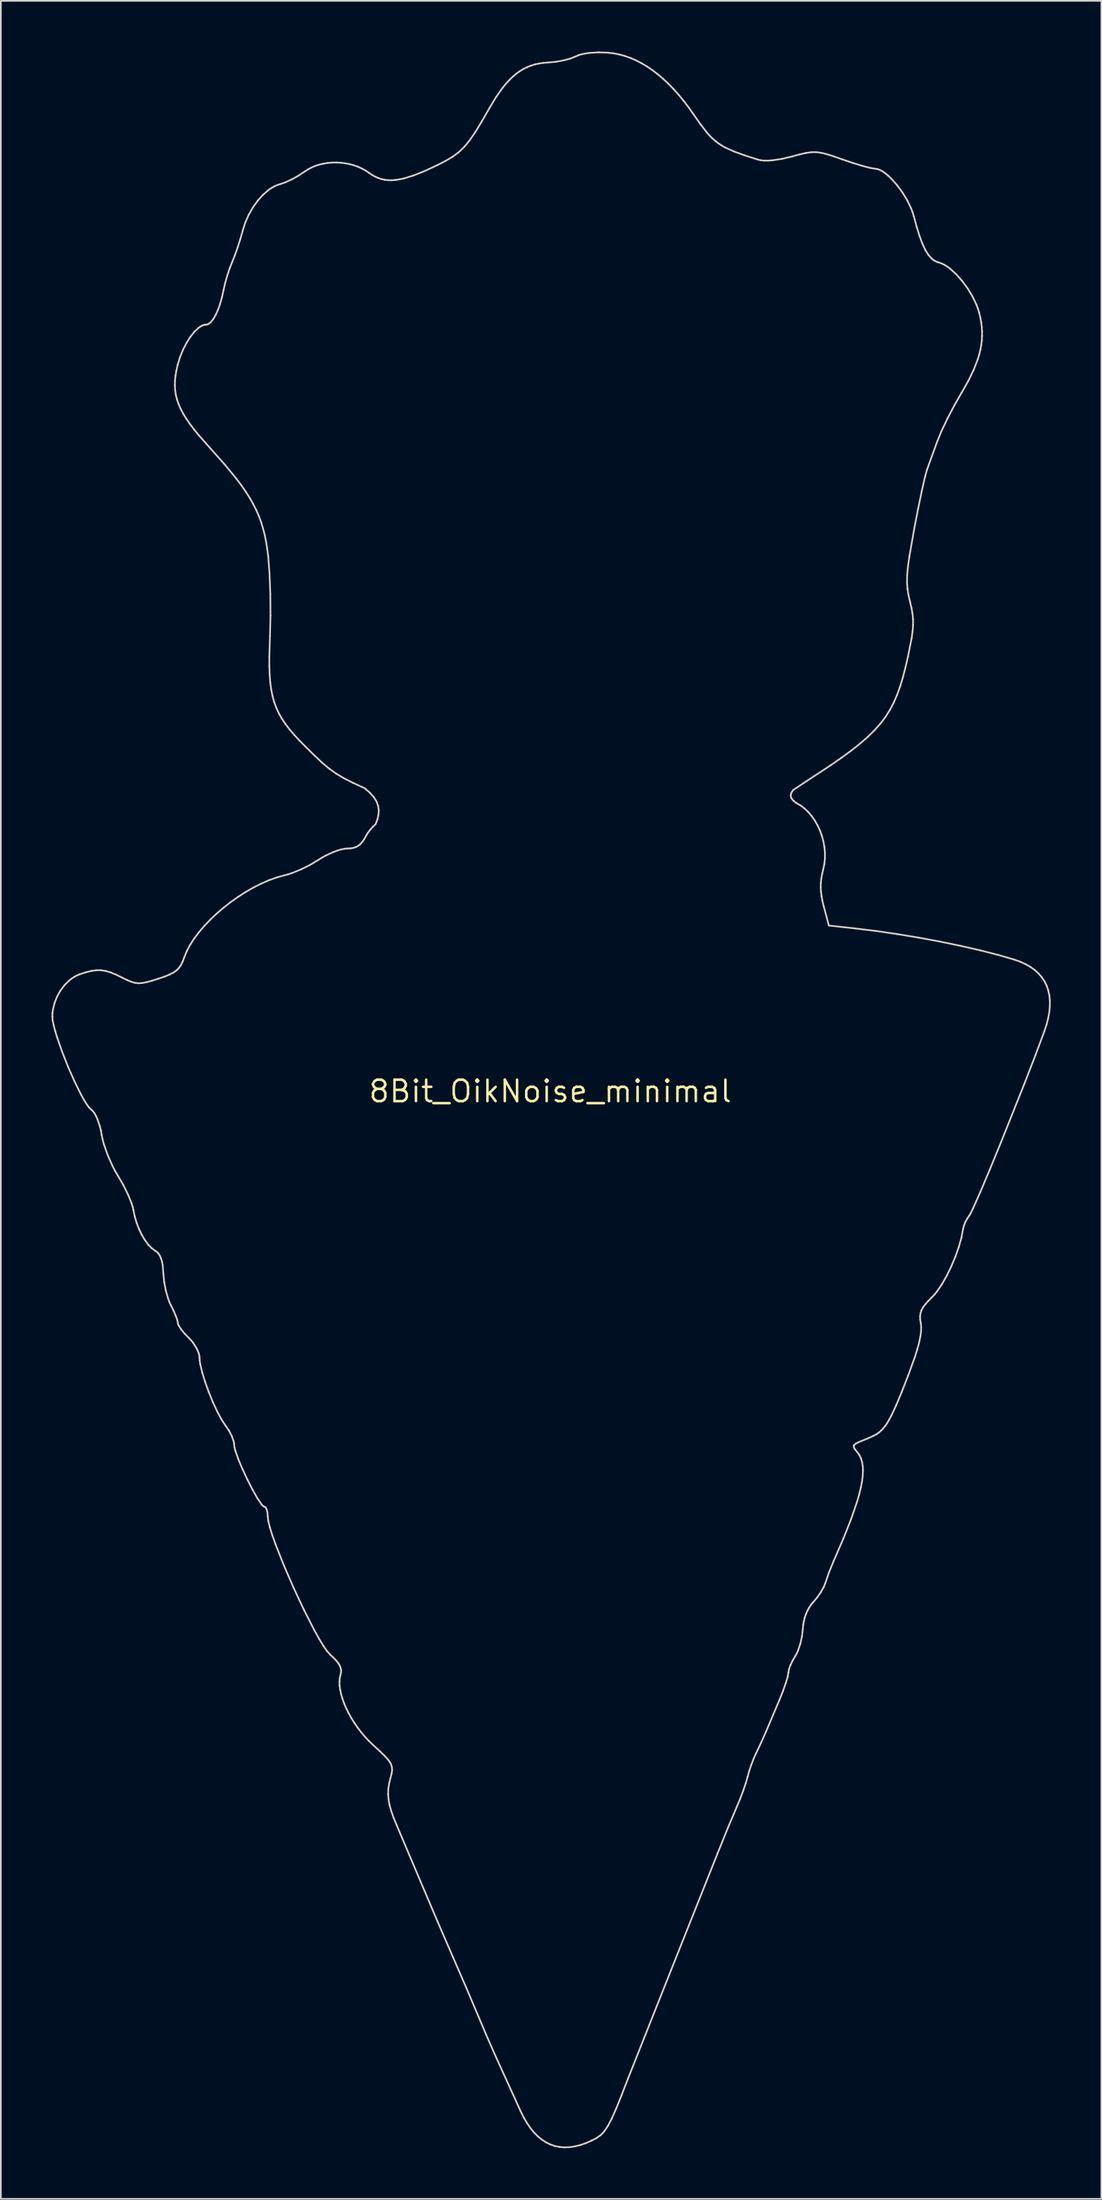
<source format=kicad_pcb>
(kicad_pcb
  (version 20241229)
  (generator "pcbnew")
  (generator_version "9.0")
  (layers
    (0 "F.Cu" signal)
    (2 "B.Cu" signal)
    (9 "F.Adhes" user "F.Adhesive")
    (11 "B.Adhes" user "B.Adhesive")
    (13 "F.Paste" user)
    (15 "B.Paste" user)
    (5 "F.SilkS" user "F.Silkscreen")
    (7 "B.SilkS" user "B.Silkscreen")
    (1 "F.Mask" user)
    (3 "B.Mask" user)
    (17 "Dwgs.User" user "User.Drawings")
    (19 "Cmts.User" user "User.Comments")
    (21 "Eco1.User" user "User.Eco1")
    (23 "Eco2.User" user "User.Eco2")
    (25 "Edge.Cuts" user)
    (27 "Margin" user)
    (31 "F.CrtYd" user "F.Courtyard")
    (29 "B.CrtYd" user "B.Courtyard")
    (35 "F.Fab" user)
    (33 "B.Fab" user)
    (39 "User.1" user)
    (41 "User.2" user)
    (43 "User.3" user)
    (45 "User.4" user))
  (footprint "8Bit_OikNoise_minimal"
    (layer "F.Cu")
    (at 29.532 61.564)
    (property "Reference" "8Bit_OikNoise_minimal" (at 0 0 0) (layer "F.SilkS") (effects (font (size 1.27 1.27) (thickness 0.15))))
    (attr through_hole)
    (fp_line (start -29.482 -4.426) (end -29.463 -4.206) (stroke (width 0.1) (type solid)) (layer "Edge.Cuts"))
    (fp_line (start -29.474 -4.627) (end -29.482 -4.426) (stroke (width 0.1) (type solid)) (layer "Edge.Cuts"))
    (fp_line (start -29.463 -4.206) (end -29.407 -3.923) (stroke (width 0.1) (type solid)) (layer "Edge.Cuts"))
    (fp_line (start -29.449 -4.828) (end -29.474 -4.627) (stroke (width 0.1) (type solid)) (layer "Edge.Cuts"))
    (fp_line (start -29.407 -3.923) (end -29.32 -3.586) (stroke (width 0.1) (type solid)) (layer "Edge.Cuts"))
    (fp_line (start -29.354 -5.225) (end -29.449 -4.828) (stroke (width 0.1) (type solid)) (layer "Edge.Cuts"))
    (fp_line (start -29.32 -3.586) (end -29.205 -3.207) (stroke (width 0.1) (type solid)) (layer "Edge.Cuts"))
    (fp_line (start -29.205 -3.207) (end -28.909 -2.359) (stroke (width 0.1) (type solid)) (layer "Edge.Cuts"))
    (fp_line (start -29.204 -5.606) (end -29.354 -5.225) (stroke (width 0.1) (type solid)) (layer "Edge.Cuts"))
    (fp_line (start -29.005 -5.963) (end -29.204 -5.606) (stroke (width 0.1) (type solid)) (layer "Edge.Cuts"))
    (fp_line (start -28.909 -2.359) (end -28.553 -1.459) (stroke (width 0.1) (type solid)) (layer "Edge.Cuts"))
    (fp_line (start -28.764 -6.284) (end -29.005 -5.963) (stroke (width 0.1) (type solid)) (layer "Edge.Cuts"))
    (fp_line (start -28.553 -1.459) (end -28.169 -0.585) (stroke (width 0.1) (type solid)) (layer "Edge.Cuts"))
    (fp_line (start -28.488 -6.559) (end -28.764 -6.284) (stroke (width 0.1) (type solid)) (layer "Edge.Cuts"))
    (fp_line (start -28.338 -6.676) (end -28.488 -6.559) (stroke (width 0.1) (type solid)) (layer "Edge.Cuts"))
    (fp_line (start -28.182 -6.778) (end -28.338 -6.676) (stroke (width 0.1) (type solid)) (layer "Edge.Cuts"))
    (fp_line (start -28.169 -0.585) (end -27.79 0.182) (stroke (width 0.1) (type solid)) (layer "Edge.Cuts"))
    (fp_line (start -28.021 -6.864) (end -28.182 -6.778) (stroke (width 0.1) (type solid)) (layer "Edge.Cuts"))
    (fp_line (start -27.855 -6.932) (end -28.021 -6.864) (stroke (width 0.1) (type solid)) (layer "Edge.Cuts"))
    (fp_line (start -27.79 0.182) (end -27.614 0.501) (stroke (width 0.1) (type solid)) (layer "Edge.Cuts"))
    (fp_line (start -27.614 0.501) (end -27.451 0.763) (stroke (width 0.1) (type solid)) (layer "Edge.Cuts"))
    (fp_line (start -27.488 -7.05) (end -27.855 -6.932) (stroke (width 0.1) (type solid)) (layer "Edge.Cuts"))
    (fp_line (start -27.451 0.763) (end -27.307 0.958) (stroke (width 0.1) (type solid)) (layer "Edge.Cuts"))
    (fp_line (start -27.307 0.958) (end -27.185 1.077) (stroke (width 0.1) (type solid)) (layer "Edge.Cuts"))
    (fp_line (start -27.185 1.077) (end -27.089 1.165) (stroke (width 0.1) (type solid)) (layer "Edge.Cuts"))
    (fp_line (start -27.167 -7.13) (end -27.488 -7.05) (stroke (width 0.1) (type solid)) (layer "Edge.Cuts"))
    (fp_line (start -27.089 1.165) (end -26.994 1.292) (stroke (width 0.1) (type solid)) (layer "Edge.Cuts"))
    (fp_line (start -26.994 1.292) (end -26.902 1.453) (stroke (width 0.1) (type solid)) (layer "Edge.Cuts"))
    (fp_line (start -26.902 1.453) (end -26.815 1.642) (stroke (width 0.1) (type solid)) (layer "Edge.Cuts"))
    (fp_line (start -26.876 -7.17) (end -27.167 -7.13) (stroke (width 0.1) (type solid)) (layer "Edge.Cuts"))
    (fp_line (start -26.815 1.642) (end -26.665 2.084) (stroke (width 0.1) (type solid)) (layer "Edge.Cuts"))
    (fp_line (start -26.665 2.084) (end -26.606 2.327) (stroke (width 0.1) (type solid)) (layer "Edge.Cuts"))
    (fp_line (start -26.606 2.327) (end -26.561 2.577) (stroke (width 0.1) (type solid)) (layer "Edge.Cuts"))
    (fp_line (start -26.6 -7.169) (end -26.876 -7.17) (stroke (width 0.1) (type solid)) (layer "Edge.Cuts"))
    (fp_line (start -26.561 2.577) (end -26.509 2.84) (stroke (width 0.1) (type solid)) (layer "Edge.Cuts"))
    (fp_line (start -26.509 2.84) (end -26.43 3.135) (stroke (width 0.1) (type solid)) (layer "Edge.Cuts"))
    (fp_line (start -26.43 3.135) (end -26.204 3.779) (stroke (width 0.1) (type solid)) (layer "Edge.Cuts"))
    (fp_line (start -26.325 -7.126) (end -26.6 -7.169) (stroke (width 0.1) (type solid)) (layer "Edge.Cuts"))
    (fp_line (start -26.204 3.779) (end -25.915 4.43) (stroke (width 0.1) (type solid)) (layer "Edge.Cuts"))
    (fp_line (start -26.034 -7.04) (end -26.325 -7.126) (stroke (width 0.1) (type solid)) (layer "Edge.Cuts"))
    (fp_line (start -25.915 4.43) (end -25.757 4.733) (stroke (width 0.1) (type solid)) (layer "Edge.Cuts"))
    (fp_line (start -25.757 4.733) (end -25.594 5.007) (stroke (width 0.1) (type solid)) (layer "Edge.Cuts"))
    (fp_line (start -25.714 -6.909) (end -26.034 -7.04) (stroke (width 0.1) (type solid)) (layer "Edge.Cuts"))
    (fp_line (start -25.594 5.007) (end -25.278 5.552) (stroke (width 0.1) (type solid)) (layer "Edge.Cuts"))
    (fp_line (start -25.35 -6.733) (end -25.714 -6.909) (stroke (width 0.1) (type solid)) (layer "Edge.Cuts"))
    (fp_line (start -25.278 5.552) (end -25.001 6.113) (stroke (width 0.1) (type solid)) (layer "Edge.Cuts"))
    (fp_line (start -25.062 -6.591) (end -25.35 -6.733) (stroke (width 0.1) (type solid)) (layer "Edge.Cuts"))
    (fp_line (start -25.001 6.113) (end -24.792 6.626) (stroke (width 0.1) (type solid)) (layer "Edge.Cuts"))
    (fp_line (start -24.82 -6.489) (end -25.062 -6.591) (stroke (width 0.1) (type solid)) (layer "Edge.Cuts"))
    (fp_line (start -24.792 6.626) (end -24.723 6.844) (stroke (width 0.1) (type solid)) (layer "Edge.Cuts"))
    (fp_line (start -24.723 6.844) (end -24.683 7.024) (stroke (width 0.1) (type solid)) (layer "Edge.Cuts"))
    (fp_line (start -24.683 7.024) (end -24.603 7.41) (stroke (width 0.1) (type solid)) (layer "Edge.Cuts"))
    (fp_line (start -24.603 7.41) (end -24.491 7.791) (stroke (width 0.1) (type solid)) (layer "Edge.Cuts"))
    (fp_line (start -24.603 -6.425) (end -24.82 -6.489) (stroke (width 0.1) (type solid)) (layer "Edge.Cuts"))
    (fp_line (start -24.491 7.791) (end -24.349 8.158) (stroke (width 0.1) (type solid)) (layer "Edge.Cuts"))
    (fp_line (start -24.391 -6.4) (end -24.603 -6.425) (stroke (width 0.1) (type solid)) (layer "Edge.Cuts"))
    (fp_line (start -24.349 8.158) (end -24.184 8.5) (stroke (width 0.1) (type solid)) (layer "Edge.Cuts"))
    (fp_line (start -24.184 8.5) (end -24.001 8.809) (stroke (width 0.1) (type solid)) (layer "Edge.Cuts"))
    (fp_line (start -24.165 -6.412) (end -24.391 -6.4) (stroke (width 0.1) (type solid)) (layer "Edge.Cuts"))
    (fp_line (start -24.001 8.809) (end -23.805 9.074) (stroke (width 0.1) (type solid)) (layer "Edge.Cuts"))
    (fp_line (start -23.904 -6.462) (end -24.165 -6.412) (stroke (width 0.1) (type solid)) (layer "Edge.Cuts"))
    (fp_line (start -23.805 9.074) (end -23.601 9.287) (stroke (width 0.1) (type solid)) (layer "Edge.Cuts"))
    (fp_line (start -23.601 9.287) (end -23.393 9.437) (stroke (width 0.1) (type solid)) (layer "Edge.Cuts"))
    (fp_line (start -23.589 -6.547) (end -23.904 -6.462) (stroke (width 0.1) (type solid)) (layer "Edge.Cuts"))
    (fp_line (start -23.393 9.437) (end -23.285 9.514) (stroke (width 0.1) (type solid)) (layer "Edge.Cuts"))
    (fp_line (start -23.285 9.514) (end -23.191 9.615) (stroke (width 0.1) (type solid)) (layer "Edge.Cuts"))
    (fp_line (start -23.2 -6.669) (end -23.589 -6.547) (stroke (width 0.1) (type solid)) (layer "Edge.Cuts"))
    (fp_line (start -23.191 9.615) (end -23.111 9.742) (stroke (width 0.1) (type solid)) (layer "Edge.Cuts"))
    (fp_line (start -23.111 9.742) (end -23.045 9.896) (stroke (width 0.1) (type solid)) (layer "Edge.Cuts"))
    (fp_line (start -23.045 9.896) (end -22.991 10.077) (stroke (width 0.1) (type solid)) (layer "Edge.Cuts"))
    (fp_line (start -22.991 10.077) (end -22.951 10.287) (stroke (width 0.1) (type solid)) (layer "Edge.Cuts"))
    (fp_line (start -22.951 10.287) (end -22.908 10.796) (stroke (width 0.1) (type solid)) (layer "Edge.Cuts"))
    (fp_line (start -22.908 10.796) (end -22.861 11.287) (stroke (width 0.1) (type solid)) (layer "Edge.Cuts"))
    (fp_line (start -22.861 11.287) (end -22.761 11.804) (stroke (width 0.1) (type solid)) (layer "Edge.Cuts"))
    (fp_line (start -22.847 -6.789) (end -23.2 -6.669) (stroke (width 0.1) (type solid)) (layer "Edge.Cuts"))
    (fp_line (start -22.761 11.804) (end -22.623 12.286) (stroke (width 0.1) (type solid)) (layer "Edge.Cuts"))
    (fp_line (start -22.623 12.286) (end -22.544 12.495) (stroke (width 0.1) (type solid)) (layer "Edge.Cuts"))
    (fp_line (start -22.558 -6.905) (end -22.847 -6.789) (stroke (width 0.1) (type solid)) (layer "Edge.Cuts"))
    (fp_line (start -22.544 12.495) (end -22.461 12.672) (stroke (width 0.1) (type solid)) (layer "Edge.Cuts"))
    (fp_line (start -22.461 12.672) (end -22.301 12.993) (stroke (width 0.1) (type solid)) (layer "Edge.Cuts"))
    (fp_line (start -22.325 -7.024) (end -22.558 -6.905) (stroke (width 0.1) (type solid)) (layer "Edge.Cuts"))
    (fp_line (start -22.301 12.993) (end -22.171 13.297) (stroke (width 0.1) (type solid)) (layer "Edge.Cuts"))
    (fp_line (start -22.228 -41.793) (end -22.211 -41.514) (stroke (width 0.1) (type solid)) (layer "Edge.Cuts"))
    (fp_line (start -22.22 -42.079) (end -22.228 -41.793) (stroke (width 0.1) (type solid)) (layer "Edge.Cuts"))
    (fp_line (start -22.211 -41.514) (end -22.17 -41.239) (stroke (width 0.1) (type solid)) (layer "Edge.Cuts"))
    (fp_line (start -22.189 -42.374) (end -22.22 -42.079) (stroke (width 0.1) (type solid)) (layer "Edge.Cuts"))
    (fp_line (start -22.171 13.297) (end -22.082 13.55) (stroke (width 0.1) (type solid)) (layer "Edge.Cuts"))
    (fp_line (start -22.17 -41.239) (end -22.103 -40.965) (stroke (width 0.1) (type solid)) (layer "Edge.Cuts"))
    (fp_line (start -22.138 -7.154) (end -22.325 -7.024) (stroke (width 0.1) (type solid)) (layer "Edge.Cuts"))
    (fp_line (start -22.137 -42.682) (end -22.189 -42.374) (stroke (width 0.1) (type solid)) (layer "Edge.Cuts"))
    (fp_line (start -22.103 -40.965) (end -22.008 -40.689) (stroke (width 0.1) (type solid)) (layer "Edge.Cuts"))
    (fp_line (start -22.082 13.55) (end -22.049 13.717) (stroke (width 0.1) (type solid)) (layer "Edge.Cuts"))
    (fp_line (start -22.064 -43.004) (end -22.137 -42.682) (stroke (width 0.1) (type solid)) (layer "Edge.Cuts"))
    (fp_line (start -22.049 13.717) (end -22.036 13.785) (stroke (width 0.1) (type solid)) (layer "Edge.Cuts"))
    (fp_line (start -22.036 13.785) (end -21.998 13.872) (stroke (width 0.1) (type solid)) (layer "Edge.Cuts"))
    (fp_line (start -22.008 -40.689) (end -21.886 -40.409) (stroke (width 0.1) (type solid)) (layer "Edge.Cuts"))
    (fp_line (start -21.998 13.872) (end -21.86 14.089) (stroke (width 0.1) (type solid)) (layer "Edge.Cuts"))
    (fp_line (start -21.988 -7.302) (end -22.138 -7.154) (stroke (width 0.1) (type solid)) (layer "Edge.Cuts"))
    (fp_line (start -21.926 -43.461) (end -22.064 -43.004) (stroke (width 0.1) (type solid)) (layer "Edge.Cuts"))
    (fp_line (start -21.886 -40.409) (end -21.734 -40.121) (stroke (width 0.1) (type solid)) (layer "Edge.Cuts"))
    (fp_line (start -21.866 -7.476) (end -21.988 -7.302) (stroke (width 0.1) (type solid)) (layer "Edge.Cuts"))
    (fp_line (start -21.86 14.089) (end -21.656 14.34) (stroke (width 0.1) (type solid)) (layer "Edge.Cuts"))
    (fp_line (start -21.764 -7.683) (end -21.866 -7.476) (stroke (width 0.1) (type solid)) (layer "Edge.Cuts"))
    (fp_line (start -21.749 -43.898) (end -21.926 -43.461) (stroke (width 0.1) (type solid)) (layer "Edge.Cuts"))
    (fp_line (start -21.734 -40.121) (end -21.551 -39.823) (stroke (width 0.1) (type solid)) (layer "Edge.Cuts"))
    (fp_line (start -21.672 -7.93) (end -21.764 -7.683) (stroke (width 0.1) (type solid)) (layer "Edge.Cuts"))
    (fp_line (start -21.656 14.34) (end -21.407 14.595) (stroke (width 0.1) (type solid)) (layer "Edge.Cuts"))
    (fp_line (start -21.551 -39.823) (end -21.337 -39.513) (stroke (width 0.1) (type solid)) (layer "Edge.Cuts"))
    (fp_line (start -21.543 -44.303) (end -21.749 -43.898) (stroke (width 0.1) (type solid)) (layer "Edge.Cuts"))
    (fp_line (start -21.527 -8.291) (end -21.672 -7.93) (stroke (width 0.1) (type solid)) (layer "Edge.Cuts"))
    (fp_line (start -21.407 14.595) (end -21.278 14.728) (stroke (width 0.1) (type solid)) (layer "Edge.Cuts"))
    (fp_line (start -21.337 -39.513) (end -21.09 -39.187) (stroke (width 0.1) (type solid)) (layer "Edge.Cuts"))
    (fp_line (start -21.331 -8.661) (end -21.527 -8.291) (stroke (width 0.1) (type solid)) (layer "Edge.Cuts"))
    (fp_line (start -21.316 -44.662) (end -21.543 -44.303) (stroke (width 0.1) (type solid)) (layer "Edge.Cuts"))
    (fp_line (start -21.278 14.728) (end -21.158 14.875) (stroke (width 0.1) (type solid)) (layer "Edge.Cuts"))
    (fp_line (start -21.158 14.875) (end -20.954 15.193) (stroke (width 0.1) (type solid)) (layer "Edge.Cuts"))
    (fp_line (start -21.09 -39.187) (end -20.81 -38.843) (stroke (width 0.1) (type solid)) (layer "Edge.Cuts"))
    (fp_line (start -21.09 -9.037) (end -21.331 -8.661) (stroke (width 0.1) (type solid)) (layer "Edge.Cuts"))
    (fp_line (start -21.078 -44.963) (end -21.316 -44.662) (stroke (width 0.1) (type solid)) (layer "Edge.Cuts"))
    (fp_line (start -20.954 15.193) (end -20.876 15.353) (stroke (width 0.1) (type solid)) (layer "Edge.Cuts"))
    (fp_line (start -20.876 15.353) (end -20.816 15.509) (stroke (width 0.1) (type solid)) (layer "Edge.Cuts"))
    (fp_line (start -20.836 -45.194) (end -21.078 -44.963) (stroke (width 0.1) (type solid)) (layer "Edge.Cuts"))
    (fp_line (start -20.816 15.509) (end -20.779 15.654) (stroke (width 0.1) (type solid)) (layer "Edge.Cuts"))
    (fp_line (start -20.81 -38.843) (end -20.144 -38.088) (stroke (width 0.1) (type solid)) (layer "Edge.Cuts"))
    (fp_line (start -20.807 -9.414) (end -21.09 -9.037) (stroke (width 0.1) (type solid)) (layer "Edge.Cuts"))
    (fp_line (start -20.779 15.654) (end -20.766 15.784) (stroke (width 0.1) (type solid)) (layer "Edge.Cuts"))
    (fp_line (start -20.766 15.784) (end -20.755 15.954) (stroke (width 0.1) (type solid)) (layer "Edge.Cuts"))
    (fp_line (start -20.755 15.954) (end -20.724 16.157) (stroke (width 0.1) (type solid)) (layer "Edge.Cuts"))
    (fp_line (start -20.724 16.157) (end -20.609 16.644) (stroke (width 0.1) (type solid)) (layer "Edge.Cuts"))
    (fp_line (start -20.717 -45.279) (end -20.836 -45.194) (stroke (width 0.1) (type solid)) (layer "Edge.Cuts"))
    (fp_line (start -20.609 16.644) (end -20.436 17.207) (stroke (width 0.1) (type solid)) (layer "Edge.Cuts"))
    (fp_line (start -20.6 -45.342) (end -20.717 -45.279) (stroke (width 0.1) (type solid)) (layer "Edge.Cuts"))
    (fp_line (start -20.488 -45.381) (end -20.6 -45.342) (stroke (width 0.1) (type solid)) (layer "Edge.Cuts"))
    (fp_line (start -20.487 -9.79) (end -20.807 -9.414) (stroke (width 0.1) (type solid)) (layer "Edge.Cuts"))
    (fp_line (start -20.436 17.207) (end -20.22 17.807) (stroke (width 0.1) (type solid)) (layer "Edge.Cuts"))
    (fp_line (start -20.38 -45.394) (end -20.488 -45.381) (stroke (width 0.1) (type solid)) (layer "Edge.Cuts"))
    (fp_line (start -20.31 -45.404) (end -20.38 -45.394) (stroke (width 0.1) (type solid)) (layer "Edge.Cuts"))
    (fp_line (start -20.238 -45.434) (end -20.31 -45.404) (stroke (width 0.1) (type solid)) (layer "Edge.Cuts"))
    (fp_line (start -20.22 17.807) (end -19.975 18.406) (stroke (width 0.1) (type solid)) (layer "Edge.Cuts"))
    (fp_line (start -20.144 -38.088) (end -19.292 -37.133) (stroke (width 0.1) (type solid)) (layer "Edge.Cuts"))
    (fp_line (start -20.135 -10.16) (end -20.487 -9.79) (stroke (width 0.1) (type solid)) (layer "Edge.Cuts"))
    (fp_line (start -20.093 -45.549) (end -20.238 -45.434) (stroke (width 0.1) (type solid)) (layer "Edge.Cuts"))
    (fp_line (start -19.975 18.406) (end -19.716 18.964) (stroke (width 0.1) (type solid)) (layer "Edge.Cuts"))
    (fp_line (start -19.948 -45.733) (end -20.093 -45.549) (stroke (width 0.1) (type solid)) (layer "Edge.Cuts"))
    (fp_line (start -19.806 -45.979) (end -19.948 -45.733) (stroke (width 0.1) (type solid)) (layer "Edge.Cuts"))
    (fp_line (start -19.753 -10.521) (end -20.135 -10.16) (stroke (width 0.1) (type solid)) (layer "Edge.Cuts"))
    (fp_line (start -19.716 18.964) (end -19.459 19.444) (stroke (width 0.1) (type solid)) (layer "Edge.Cuts"))
    (fp_line (start -19.672 -46.28) (end -19.806 -45.979) (stroke (width 0.1) (type solid)) (layer "Edge.Cuts"))
    (fp_line (start -19.547 -46.629) (end -19.672 -46.28) (stroke (width 0.1) (type solid)) (layer "Edge.Cuts"))
    (fp_line (start -19.459 19.444) (end -19.217 19.806) (stroke (width 0.1) (type solid)) (layer "Edge.Cuts"))
    (fp_line (start -19.437 -47.02) (end -19.547 -46.629) (stroke (width 0.1) (type solid)) (layer "Edge.Cuts"))
    (fp_line (start -19.348 -10.87) (end -19.753 -10.521) (stroke (width 0.1) (type solid)) (layer "Edge.Cuts"))
    (fp_line (start -19.344 -47.445) (end -19.437 -47.02) (stroke (width 0.1) (type solid)) (layer "Edge.Cuts"))
    (fp_line (start -19.292 -37.133) (end -18.593 -36.283) (stroke (width 0.1) (type solid)) (layer "Edge.Cuts"))
    (fp_line (start -19.25 -47.854) (end -19.344 -47.445) (stroke (width 0.1) (type solid)) (layer "Edge.Cuts"))
    (fp_line (start -19.217 19.806) (end -19.022 20.093) (stroke (width 0.1) (type solid)) (layer "Edge.Cuts"))
    (fp_line (start -19.123 -48.304) (end -19.25 -47.854) (stroke (width 0.1) (type solid)) (layer "Edge.Cuts"))
    (fp_line (start -19.022 20.093) (end -18.862 20.402) (stroke (width 0.1) (type solid)) (layer "Edge.Cuts"))
    (fp_line (start -18.977 -48.742) (end -19.123 -48.304) (stroke (width 0.1) (type solid)) (layer "Edge.Cuts"))
    (fp_line (start -18.922 -11.203) (end -19.348 -10.87) (stroke (width 0.1) (type solid)) (layer "Edge.Cuts"))
    (fp_line (start -18.862 20.402) (end -18.754 20.697) (stroke (width 0.1) (type solid)) (layer "Edge.Cuts"))
    (fp_line (start -18.831 -49.111) (end -18.977 -48.742) (stroke (width 0.1) (type solid)) (layer "Edge.Cuts"))
    (fp_line (start -18.754 20.697) (end -18.725 20.827) (stroke (width 0.1) (type solid)) (layer "Edge.Cuts"))
    (fp_line (start -18.725 20.827) (end -18.715 20.94) (stroke (width 0.1) (type solid)) (layer "Edge.Cuts"))
    (fp_line (start -18.715 20.94) (end -18.698 21.079) (stroke (width 0.1) (type solid)) (layer "Edge.Cuts"))
    (fp_line (start -18.698 21.079) (end -18.65 21.268) (stroke (width 0.1) (type solid)) (layer "Edge.Cuts"))
    (fp_line (start -18.676 -49.495) (end -18.831 -49.111) (stroke (width 0.1) (type solid)) (layer "Edge.Cuts"))
    (fp_line (start -18.65 21.268) (end -18.477 21.762) (stroke (width 0.1) (type solid)) (layer "Edge.Cuts"))
    (fp_line (start -18.593 -36.283) (end -18.297 -35.887) (stroke (width 0.1) (type solid)) (layer "Edge.Cuts"))
    (fp_line (start -18.507 -49.971) (end -18.676 -49.495) (stroke (width 0.1) (type solid)) (layer "Edge.Cuts"))
    (fp_line (start -18.481 -11.516) (end -18.922 -11.203) (stroke (width 0.1) (type solid)) (layer "Edge.Cuts"))
    (fp_line (start -18.477 21.762) (end -18.227 22.357) (stroke (width 0.1) (type solid)) (layer "Edge.Cuts"))
    (fp_line (start -18.345 -50.479) (end -18.507 -49.971) (stroke (width 0.1) (type solid)) (layer "Edge.Cuts"))
    (fp_line (start -18.297 -35.887) (end -18.032 -35.507) (stroke (width 0.1) (type solid)) (layer "Edge.Cuts"))
    (fp_line (start -18.227 22.357) (end -17.932 22.99) (stroke (width 0.1) (type solid)) (layer "Edge.Cuts"))
    (fp_line (start -18.21 -50.958) (end -18.345 -50.479) (stroke (width 0.1) (type solid)) (layer "Edge.Cuts"))
    (fp_line (start -18.055 -51.444) (end -18.21 -50.958) (stroke (width 0.1) (type solid)) (layer "Edge.Cuts"))
    (fp_line (start -18.032 -35.507) (end -17.797 -35.138) (stroke (width 0.1) (type solid)) (layer "Edge.Cuts"))
    (fp_line (start -18.029 -11.806) (end -18.481 -11.516) (stroke (width 0.1) (type solid)) (layer "Edge.Cuts"))
    (fp_line (start -17.932 22.99) (end -17.624 23.594) (stroke (width 0.1) (type solid)) (layer "Edge.Cuts"))
    (fp_line (start -17.848 -51.911) (end -18.055 -51.444) (stroke (width 0.1) (type solid)) (layer "Edge.Cuts"))
    (fp_line (start -17.797 -35.138) (end -17.591 -34.775) (stroke (width 0.1) (type solid)) (layer "Edge.Cuts"))
    (fp_line (start -17.624 23.594) (end -17.333 24.106) (stroke (width 0.1) (type solid)) (layer "Edge.Cuts"))
    (fp_line (start -17.598 -52.346) (end -17.848 -51.911) (stroke (width 0.1) (type solid)) (layer "Edge.Cuts"))
    (fp_line (start -17.591 -34.775) (end -17.41 -34.416) (stroke (width 0.1) (type solid)) (layer "Edge.Cuts"))
    (fp_line (start -17.571 -12.069) (end -18.029 -11.806) (stroke (width 0.1) (type solid)) (layer "Edge.Cuts"))
    (fp_line (start -17.41 -34.416) (end -17.253 -34.057) (stroke (width 0.1) (type solid)) (layer "Edge.Cuts"))
    (fp_line (start -17.333 24.106) (end -17.092 24.461) (stroke (width 0.1) (type solid)) (layer "Edge.Cuts"))
    (fp_line (start -17.314 -52.742) (end -17.598 -52.346) (stroke (width 0.1) (type solid)) (layer "Edge.Cuts"))
    (fp_line (start -17.253 -34.057) (end -17.119 -33.693) (stroke (width 0.1) (type solid)) (layer "Edge.Cuts"))
    (fp_line (start -17.119 -33.693) (end -17.004 -33.321) (stroke (width 0.1) (type solid)) (layer "Edge.Cuts"))
    (fp_line (start -17.109 -12.302) (end -17.571 -12.069) (stroke (width 0.1) (type solid)) (layer "Edge.Cuts"))
    (fp_line (start -17.092 24.461) (end -17 24.559) (stroke (width 0.1) (type solid)) (layer "Edge.Cuts"))
    (fp_line (start -17.004 -33.321) (end -16.907 -32.937) (stroke (width 0.1) (type solid)) (layer "Edge.Cuts"))
    (fp_line (start -17.004 -53.086) (end -17.314 -52.742) (stroke (width 0.1) (type solid)) (layer "Edge.Cuts"))
    (fp_line (start -17 24.559) (end -16.932 24.593) (stroke (width 0.1) (type solid)) (layer "Edge.Cuts"))
    (fp_line (start -16.932 24.593) (end -16.891 24.605) (stroke (width 0.1) (type solid)) (layer "Edge.Cuts"))
    (fp_line (start -16.907 -32.937) (end -16.825 -32.537) (stroke (width 0.1) (type solid)) (layer "Edge.Cuts"))
    (fp_line (start -16.891 24.605) (end -16.853 24.639) (stroke (width 0.1) (type solid)) (layer "Edge.Cuts"))
    (fp_line (start -16.853 24.639) (end -16.788 24.764) (stroke (width 0.1) (type solid)) (layer "Edge.Cuts"))
    (fp_line (start -16.825 -32.537) (end -16.758 -32.117) (stroke (width 0.1) (type solid)) (layer "Edge.Cuts"))
    (fp_line (start -16.788 24.764) (end -16.744 24.949) (stroke (width 0.1) (type solid)) (layer "Edge.Cuts"))
    (fp_line (start -16.758 -32.117) (end -16.702 -31.674) (stroke (width 0.1) (type solid)) (layer "Edge.Cuts"))
    (fp_line (start -16.744 24.949) (end -16.728 25.175) (stroke (width 0.1) (type solid)) (layer "Edge.Cuts"))
    (fp_line (start -16.728 25.175) (end -16.696 25.441) (stroke (width 0.1) (type solid)) (layer "Edge.Cuts"))
    (fp_line (start -16.702 -31.674) (end -16.623 -30.67) (stroke (width 0.1) (type solid)) (layer "Edge.Cuts"))
    (fp_line (start -16.696 25.441) (end -16.603 25.815) (stroke (width 0.1) (type solid)) (layer "Edge.Cuts"))
    (fp_line (start -16.675 -53.369) (end -17.004 -53.086) (stroke (width 0.1) (type solid)) (layer "Edge.Cuts"))
    (fp_line (start -16.65 -12.501) (end -17.109 -12.302) (stroke (width 0.1) (type solid)) (layer "Edge.Cuts"))
    (fp_line (start -16.634 -25.721) (end -16.633 -25.175) (stroke (width 0.1) (type solid)) (layer "Edge.Cuts"))
    (fp_line (start -16.633 -25.175) (end -16.615 -24.677) (stroke (width 0.1) (type solid)) (layer "Edge.Cuts"))
    (fp_line (start -16.623 -30.67) (end -16.576 -29.45) (stroke (width 0.1) (type solid)) (layer "Edge.Cuts"))
    (fp_line (start -16.615 -24.677) (end -16.58 -24.221) (stroke (width 0.1) (type solid)) (layer "Edge.Cuts"))
    (fp_line (start -16.603 25.815) (end -16.458 26.279) (stroke (width 0.1) (type solid)) (layer "Edge.Cuts"))
    (fp_line (start -16.595 -26.976) (end -16.634 -25.721) (stroke (width 0.1) (type solid)) (layer "Edge.Cuts"))
    (fp_line (start -16.58 -24.221) (end -16.524 -23.801) (stroke (width 0.1) (type solid)) (layer "Edge.Cuts"))
    (fp_line (start -16.576 -29.45) (end -16.566 -28.167) (stroke (width 0.1) (type solid)) (layer "Edge.Cuts"))
    (fp_line (start -16.566 -28.167) (end -16.595 -26.976) (stroke (width 0.1) (type solid)) (layer "Edge.Cuts"))
    (fp_line (start -16.524 -23.801) (end -16.447 -23.413) (stroke (width 0.1) (type solid)) (layer "Edge.Cuts"))
    (fp_line (start -16.507 -53.484) (end -16.675 -53.369) (stroke (width 0.1) (type solid)) (layer "Edge.Cuts"))
    (fp_line (start -16.458 26.279) (end -16.267 26.818) (stroke (width 0.1) (type solid)) (layer "Edge.Cuts"))
    (fp_line (start -16.447 -23.413) (end -16.347 -23.05) (stroke (width 0.1) (type solid)) (layer "Edge.Cuts"))
    (fp_line (start -16.347 -23.05) (end -16.222 -22.707) (stroke (width 0.1) (type solid)) (layer "Edge.Cuts"))
    (fp_line (start -16.337 -53.58) (end -16.507 -53.484) (stroke (width 0.1) (type solid)) (layer "Edge.Cuts"))
    (fp_line (start -16.267 26.818) (end -15.778 28.058) (stroke (width 0.1) (type solid)) (layer "Edge.Cuts"))
    (fp_line (start -16.222 -22.707) (end -16.07 -22.379) (stroke (width 0.1) (type solid)) (layer "Edge.Cuts"))
    (fp_line (start -16.197 -12.663) (end -16.65 -12.501) (stroke (width 0.1) (type solid)) (layer "Edge.Cuts"))
    (fp_line (start -16.167 -53.655) (end -16.337 -53.58) (stroke (width 0.1) (type solid)) (layer "Edge.Cuts"))
    (fp_line (start -16.07 -22.379) (end -15.889 -22.06) (stroke (width 0.1) (type solid)) (layer "Edge.Cuts"))
    (fp_line (start -15.998 -53.709) (end -16.167 -53.655) (stroke (width 0.1) (type solid)) (layer "Edge.Cuts"))
    (fp_line (start -15.889 -22.06) (end -15.678 -21.745) (stroke (width 0.1) (type solid)) (layer "Edge.Cuts"))
    (fp_line (start -15.778 28.058) (end -15.192 29.406) (stroke (width 0.1) (type solid)) (layer "Edge.Cuts"))
    (fp_line (start -15.754 -12.784) (end -16.197 -12.663) (stroke (width 0.1) (type solid)) (layer "Edge.Cuts"))
    (fp_line (start -15.678 -53.819) (end -15.998 -53.709) (stroke (width 0.1) (type solid)) (layer "Edge.Cuts"))
    (fp_line (start -15.678 -21.745) (end -15.435 -21.427) (stroke (width 0.1) (type solid)) (layer "Edge.Cuts"))
    (fp_line (start -15.53 -12.844) (end -15.754 -12.784) (stroke (width 0.1) (type solid)) (layer "Edge.Cuts"))
    (fp_line (start -15.435 -21.427) (end -15.158 -21.103) (stroke (width 0.1) (type solid)) (layer "Edge.Cuts"))
    (fp_line (start -15.302 -53.994) (end -15.678 -53.819) (stroke (width 0.1) (type solid)) (layer "Edge.Cuts"))
    (fp_line (start -15.282 -12.927) (end -15.53 -12.844) (stroke (width 0.1) (type solid)) (layer "Edge.Cuts"))
    (fp_line (start -15.192 29.406) (end -14.567 30.737) (stroke (width 0.1) (type solid)) (layer "Edge.Cuts"))
    (fp_line (start -15.158 -21.103) (end -14.846 -20.765) (stroke (width 0.1) (type solid)) (layer "Edge.Cuts"))
    (fp_line (start -14.915 -54.209) (end -15.302 -53.994) (stroke (width 0.1) (type solid)) (layer "Edge.Cuts"))
    (fp_line (start -14.846 -20.765) (end -14.496 -20.41) (stroke (width 0.1) (type solid)) (layer "Edge.Cuts"))
    (fp_line (start -14.746 -13.146) (end -15.282 -12.927) (stroke (width 0.1) (type solid)) (layer "Edge.Cuts"))
    (fp_line (start -14.567 30.737) (end -13.961 31.922) (stroke (width 0.1) (type solid)) (layer "Edge.Cuts"))
    (fp_line (start -14.566 -54.442) (end -14.915 -54.209) (stroke (width 0.1) (type solid)) (layer "Edge.Cuts"))
    (fp_line (start -14.496 -20.41) (end -13.951 -19.873) (stroke (width 0.1) (type solid)) (layer "Edge.Cuts"))
    (fp_line (start -14.365 -54.575) (end -14.566 -54.442) (stroke (width 0.1) (type solid)) (layer "Edge.Cuts"))
    (fp_line (start -14.211 -13.412) (end -14.746 -13.146) (stroke (width 0.1) (type solid)) (layer "Edge.Cuts"))
    (fp_line (start -14.15 -54.69) (end -14.365 -54.575) (stroke (width 0.1) (type solid)) (layer "Edge.Cuts"))
    (fp_line (start -13.961 31.922) (end -13.683 32.421) (stroke (width 0.1) (type solid)) (layer "Edge.Cuts"))
    (fp_line (start -13.951 -19.873) (end -13.495 -19.447) (stroke (width 0.1) (type solid)) (layer "Edge.Cuts"))
    (fp_line (start -13.923 -54.786) (end -14.15 -54.69) (stroke (width 0.1) (type solid)) (layer "Edge.Cuts"))
    (fp_line (start -13.744 -13.694) (end -14.211 -13.412) (stroke (width 0.1) (type solid)) (layer "Edge.Cuts"))
    (fp_line (start -13.685 -54.864) (end -13.923 -54.786) (stroke (width 0.1) (type solid)) (layer "Edge.Cuts"))
    (fp_line (start -13.683 32.421) (end -13.431 32.835) (stroke (width 0.1) (type solid)) (layer "Edge.Cuts"))
    (fp_line (start -13.529 -13.83) (end -13.744 -13.694) (stroke (width 0.1) (type solid)) (layer "Edge.Cuts"))
    (fp_line (start -13.495 -19.447) (end -13.084 -19.101) (stroke (width 0.1) (type solid)) (layer "Edge.Cuts"))
    (fp_line (start -13.438 -54.923) (end -13.685 -54.864) (stroke (width 0.1) (type solid)) (layer "Edge.Cuts"))
    (fp_line (start -13.431 32.835) (end -13.212 33.15) (stroke (width 0.1) (type solid)) (layer "Edge.Cuts"))
    (fp_line (start -13.299 -13.958) (end -13.529 -13.83) (stroke (width 0.1) (type solid)) (layer "Edge.Cuts"))
    (fp_line (start -13.212 33.15) (end -13.034 33.349) (stroke (width 0.1) (type solid)) (layer "Edge.Cuts"))
    (fp_line (start -13.184 -54.965) (end -13.438 -54.923) (stroke (width 0.1) (type solid)) (layer "Edge.Cuts"))
    (fp_line (start -13.084 -19.101) (end -12.672 -18.807) (stroke (width 0.1) (type solid)) (layer "Edge.Cuts"))
    (fp_line (start -13.034 33.349) (end -12.841 33.526) (stroke (width 0.1) (type solid)) (layer "Edge.Cuts"))
    (fp_line (start -12.926 -54.988) (end -13.184 -54.965) (stroke (width 0.1) (type solid)) (layer "Edge.Cuts"))
    (fp_line (start -12.841 33.526) (end -12.684 33.69) (stroke (width 0.1) (type solid)) (layer "Edge.Cuts"))
    (fp_line (start -12.826 -14.174) (end -13.299 -13.958) (stroke (width 0.1) (type solid)) (layer "Edge.Cuts"))
    (fp_line (start -12.684 33.69) (end -12.561 33.844) (stroke (width 0.1) (type solid)) (layer "Edge.Cuts"))
    (fp_line (start -12.672 -18.807) (end -12.215 -18.536) (stroke (width 0.1) (type solid)) (layer "Edge.Cuts"))
    (fp_line (start -12.666 -54.993) (end -12.926 -54.988) (stroke (width 0.1) (type solid)) (layer "Edge.Cuts"))
    (fp_line (start -12.597 -14.257) (end -12.826 -14.174) (stroke (width 0.1) (type solid)) (layer "Edge.Cuts"))
    (fp_line (start -12.561 33.844) (end -12.471 33.99) (stroke (width 0.1) (type solid)) (layer "Edge.Cuts"))
    (fp_line (start -12.48 34.952) (end -12.472 35.187) (stroke (width 0.1) (type solid)) (layer "Edge.Cuts"))
    (fp_line (start -12.472 35.187) (end -12.439 35.436) (stroke (width 0.1) (type solid)) (layer "Edge.Cuts"))
    (fp_line (start -12.471 33.99) (end -12.413 34.13) (stroke (width 0.1) (type solid)) (layer "Edge.Cuts"))
    (fp_line (start -12.462 34.734) (end -12.48 34.952) (stroke (width 0.1) (type solid)) (layer "Edge.Cuts"))
    (fp_line (start -12.439 35.436) (end -12.382 35.698) (stroke (width 0.1) (type solid)) (layer "Edge.Cuts"))
    (fp_line (start -12.416 34.536) (end -12.462 34.734) (stroke (width 0.1) (type solid)) (layer "Edge.Cuts"))
    (fp_line (start -12.413 34.13) (end -12.385 34.266) (stroke (width 0.1) (type solid)) (layer "Edge.Cuts"))
    (fp_line (start -12.405 -54.98) (end -12.666 -54.993) (stroke (width 0.1) (type solid)) (layer "Edge.Cuts"))
    (fp_line (start -12.387 34.401) (end -12.416 34.536) (stroke (width 0.1) (type solid)) (layer "Edge.Cuts"))
    (fp_line (start -12.385 34.266) (end -12.387 34.401) (stroke (width 0.1) (type solid)) (layer "Edge.Cuts"))
    (fp_line (start -12.382 35.698) (end -12.302 35.97) (stroke (width 0.1) (type solid)) (layer "Edge.Cuts"))
    (fp_line (start -12.381 -14.32) (end -12.597 -14.257) (stroke (width 0.1) (type solid)) (layer "Edge.Cuts"))
    (fp_line (start -12.302 35.97) (end -12.201 36.249) (stroke (width 0.1) (type solid)) (layer "Edge.Cuts"))
    (fp_line (start -12.215 -18.536) (end -11.668 -18.258) (stroke (width 0.1) (type solid)) (layer "Edge.Cuts"))
    (fp_line (start -12.201 36.249) (end -12.079 36.533) (stroke (width 0.1) (type solid)) (layer "Edge.Cuts"))
    (fp_line (start -12.186 -14.36) (end -12.381 -14.32) (stroke (width 0.1) (type solid)) (layer "Edge.Cuts"))
    (fp_line (start -12.145 -54.948) (end -12.405 -54.98) (stroke (width 0.1) (type solid)) (layer "Edge.Cuts"))
    (fp_line (start -12.079 36.533) (end -11.938 36.819) (stroke (width 0.1) (type solid)) (layer "Edge.Cuts"))
    (fp_line (start -12.02 -14.374) (end -12.186 -14.36) (stroke (width 0.1) (type solid)) (layer "Edge.Cuts"))
    (fp_line (start -11.938 36.819) (end -11.778 37.106) (stroke (width 0.1) (type solid)) (layer "Edge.Cuts"))
    (fp_line (start -11.889 -54.899) (end -12.145 -54.948) (stroke (width 0.1) (type solid)) (layer "Edge.Cuts"))
    (fp_line (start -11.827 -14.383) (end -12.02 -14.374) (stroke (width 0.1) (type solid)) (layer "Edge.Cuts"))
    (fp_line (start -11.778 37.106) (end -11.601 37.391) (stroke (width 0.1) (type solid)) (layer "Edge.Cuts"))
    (fp_line (start -11.668 -18.258) (end -10.987 -17.945) (stroke (width 0.1) (type solid)) (layer "Edge.Cuts"))
    (fp_line (start -11.656 -14.412) (end -11.827 -14.383) (stroke (width 0.1) (type solid)) (layer "Edge.Cuts"))
    (fp_line (start -11.639 -54.831) (end -11.889 -54.899) (stroke (width 0.1) (type solid)) (layer "Edge.Cuts"))
    (fp_line (start -11.601 37.391) (end -11.408 37.67) (stroke (width 0.1) (type solid)) (layer "Edge.Cuts"))
    (fp_line (start -11.503 -14.464) (end -11.656 -14.412) (stroke (width 0.1) (type solid)) (layer "Edge.Cuts"))
    (fp_line (start -11.408 37.67) (end -11.2 37.943) (stroke (width 0.1) (type solid)) (layer "Edge.Cuts"))
    (fp_line (start -11.396 -54.746) (end -11.639 -54.831) (stroke (width 0.1) (type solid)) (layer "Edge.Cuts"))
    (fp_line (start -11.365 -14.54) (end -11.503 -14.464) (stroke (width 0.1) (type solid)) (layer "Edge.Cuts"))
    (fp_line (start -11.239 -14.644) (end -11.365 -14.54) (stroke (width 0.1) (type solid)) (layer "Edge.Cuts"))
    (fp_line (start -11.2 37.943) (end -10.978 38.206) (stroke (width 0.1) (type solid)) (layer "Edge.Cuts"))
    (fp_line (start -11.163 -54.642) (end -11.396 -54.746) (stroke (width 0.1) (type solid)) (layer "Edge.Cuts"))
    (fp_line (start -11.122 -14.776) (end -11.239 -14.644) (stroke (width 0.1) (type solid)) (layer "Edge.Cuts"))
    (fp_line (start -11.009 -14.941) (end -11.122 -14.776) (stroke (width 0.1) (type solid)) (layer "Edge.Cuts"))
    (fp_line (start -10.987 -17.945) (end -10.681 -17.681) (stroke (width 0.1) (type solid)) (layer "Edge.Cuts"))
    (fp_line (start -10.978 38.206) (end -10.744 38.457) (stroke (width 0.1) (type solid)) (layer "Edge.Cuts"))
    (fp_line (start -10.941 -54.521) (end -11.163 -54.642) (stroke (width 0.1) (type solid)) (layer "Edge.Cuts"))
    (fp_line (start -10.898 -15.139) (end -11.009 -14.941) (stroke (width 0.1) (type solid)) (layer "Edge.Cuts"))
    (fp_line (start -10.799 -15.303) (end -10.898 -15.139) (stroke (width 0.1) (type solid)) (layer "Edge.Cuts"))
    (fp_line (start -10.744 38.457) (end -10.498 38.694) (stroke (width 0.1) (type solid)) (layer "Edge.Cuts"))
    (fp_line (start -10.733 -54.382) (end -10.941 -54.521) (stroke (width 0.1) (type solid)) (layer "Edge.Cuts"))
    (fp_line (start -10.681 -17.681) (end -10.45 -17.421) (stroke (width 0.1) (type solid)) (layer "Edge.Cuts"))
    (fp_line (start -10.668 -15.476) (end -10.799 -15.303) (stroke (width 0.1) (type solid)) (layer "Edge.Cuts"))
    (fp_line (start -10.556 -54.261) (end -10.733 -54.382) (stroke (width 0.1) (type solid)) (layer "Edge.Cuts"))
    (fp_line (start -10.513 -15.652) (end -10.668 -15.476) (stroke (width 0.1) (type solid)) (layer "Edge.Cuts"))
    (fp_line (start -10.498 38.694) (end -10.101 39.059) (stroke (width 0.1) (type solid)) (layer "Edge.Cuts"))
    (fp_line (start -10.45 -17.421) (end -10.289 -17.163) (stroke (width 0.1) (type solid)) (layer "Edge.Cuts"))
    (fp_line (start -10.377 -54.16) (end -10.556 -54.261) (stroke (width 0.1) (type solid)) (layer "Edge.Cuts"))
    (fp_line (start -10.337 -15.826) (end -10.513 -15.652) (stroke (width 0.1) (type solid)) (layer "Edge.Cuts"))
    (fp_line (start -10.289 -17.163) (end -10.193 -16.904) (stroke (width 0.1) (type solid)) (layer "Edge.Cuts"))
    (fp_line (start -10.233 -16.107) (end -10.337 -15.826) (stroke (width 0.1) (type solid)) (layer "Edge.Cuts"))
    (fp_line (start -10.194 -54.078) (end -10.377 -54.16) (stroke (width 0.1) (type solid)) (layer "Edge.Cuts"))
    (fp_line (start -10.193 -16.904) (end -10.155 -16.644) (stroke (width 0.1) (type solid)) (layer "Edge.Cuts"))
    (fp_line (start -10.17 -16.378) (end -10.233 -16.107) (stroke (width 0.1) (type solid)) (layer "Edge.Cuts"))
    (fp_line (start -10.155 -16.644) (end -10.17 -16.378) (stroke (width 0.1) (type solid)) (layer "Edge.Cuts"))
    (fp_line (start -10.101 39.059) (end -9.8 39.352) (stroke (width 0.1) (type solid)) (layer "Edge.Cuts"))
    (fp_line (start -10.004 -54.015) (end -10.194 -54.078) (stroke (width 0.1) (type solid)) (layer "Edge.Cuts"))
    (fp_line (start -9.807 -53.971) (end -10.004 -54.015) (stroke (width 0.1) (type solid)) (layer "Edge.Cuts"))
    (fp_line (start -9.8 39.352) (end -9.586 39.592) (stroke (width 0.1) (type solid)) (layer "Edge.Cuts"))
    (fp_line (start -9.602 -53.947) (end -9.807 -53.971) (stroke (width 0.1) (type solid)) (layer "Edge.Cuts"))
    (fp_line (start -9.6 41.613) (end -9.575 41.928) (stroke (width 0.1) (type solid)) (layer "Edge.Cuts"))
    (fp_line (start -9.588 41.303) (end -9.6 41.613) (stroke (width 0.1) (type solid)) (layer "Edge.Cuts"))
    (fp_line (start -9.586 39.592) (end -9.449 39.799) (stroke (width 0.1) (type solid)) (layer "Edge.Cuts"))
    (fp_line (start -9.575 41.928) (end -9.514 42.26) (stroke (width 0.1) (type solid)) (layer "Edge.Cuts"))
    (fp_line (start -9.543 40.992) (end -9.588 41.303) (stroke (width 0.1) (type solid)) (layer "Edge.Cuts"))
    (fp_line (start -9.514 42.26) (end -9.415 42.615) (stroke (width 0.1) (type solid)) (layer "Edge.Cuts"))
    (fp_line (start -9.464 40.669) (end -9.543 40.992) (stroke (width 0.1) (type solid)) (layer "Edge.Cuts"))
    (fp_line (start -9.449 39.799) (end -9.378 39.99) (stroke (width 0.1) (type solid)) (layer "Edge.Cuts"))
    (fp_line (start -9.415 42.615) (end -9.277 43.005) (stroke (width 0.1) (type solid)) (layer "Edge.Cuts"))
    (fp_line (start -9.396 40.407) (end -9.464 40.669) (stroke (width 0.1) (type solid)) (layer "Edge.Cuts"))
    (fp_line (start -9.385 -53.943) (end -9.602 -53.947) (stroke (width 0.1) (type solid)) (layer "Edge.Cuts"))
    (fp_line (start -9.378 39.99) (end -9.364 40.187) (stroke (width 0.1) (type solid)) (layer "Edge.Cuts"))
    (fp_line (start -9.364 40.187) (end -9.396 40.407) (stroke (width 0.1) (type solid)) (layer "Edge.Cuts"))
    (fp_line (start -9.277 43.005) (end -9.099 43.436) (stroke (width 0.1) (type solid)) (layer "Edge.Cuts"))
    (fp_line (start -9.157 -53.959) (end -9.385 -53.943) (stroke (width 0.1) (type solid)) (layer "Edge.Cuts"))
    (fp_line (start -9.099 43.436) (end -7.686 46.769) (stroke (width 0.1) (type solid)) (layer "Edge.Cuts"))
    (fp_line (start -8.914 -53.996) (end -9.157 -53.959) (stroke (width 0.1) (type solid)) (layer "Edge.Cuts"))
    (fp_line (start -8.657 -54.052) (end -8.914 -53.996) (stroke (width 0.1) (type solid)) (layer "Edge.Cuts"))
    (fp_line (start -8.09 -54.227) (end -8.657 -54.052) (stroke (width 0.1) (type solid)) (layer "Edge.Cuts"))
    (fp_line (start -7.686 46.769) (end -6.677 49.144) (stroke (width 0.1) (type solid)) (layer "Edge.Cuts"))
    (fp_line (start -7.444 -54.485) (end -8.09 -54.227) (stroke (width 0.1) (type solid)) (layer "Edge.Cuts"))
    (fp_line (start -6.707 -54.828) (end -7.444 -54.485) (stroke (width 0.1) (type solid)) (layer "Edge.Cuts"))
    (fp_line (start -6.677 49.144) (end -5.763 51.255) (stroke (width 0.1) (type solid)) (layer "Edge.Cuts"))
    (fp_line (start -6.199 -55.087) (end -6.707 -54.828) (stroke (width 0.1) (type solid)) (layer "Edge.Cuts"))
    (fp_line (start -5.777 -55.337) (end -6.199 -55.087) (stroke (width 0.1) (type solid)) (layer "Edge.Cuts"))
    (fp_line (start -5.763 51.255) (end -4.969 53.083) (stroke (width 0.1) (type solid)) (layer "Edge.Cuts"))
    (fp_line (start -5.416 -55.604) (end -5.777 -55.337) (stroke (width 0.1) (type solid)) (layer "Edge.Cuts"))
    (fp_line (start -5.089 -55.919) (end -5.416 -55.604) (stroke (width 0.1) (type solid)) (layer "Edge.Cuts"))
    (fp_line (start -4.969 53.083) (end -4.25 54.779) (stroke (width 0.1) (type solid)) (layer "Edge.Cuts"))
    (fp_line (start -4.77 -56.309) (end -5.089 -55.919) (stroke (width 0.1) (type solid)) (layer "Edge.Cuts"))
    (fp_line (start -4.432 -56.804) (end -4.77 -56.309) (stroke (width 0.1) (type solid)) (layer "Edge.Cuts"))
    (fp_line (start -4.25 54.779) (end -3.798 55.849) (stroke (width 0.1) (type solid)) (layer "Edge.Cuts"))
    (fp_line (start -4.05 -57.432) (end -4.432 -56.804) (stroke (width 0.1) (type solid)) (layer "Edge.Cuts"))
    (fp_line (start -3.798 55.849) (end -3.292 57.003) (stroke (width 0.1) (type solid)) (layer "Edge.Cuts"))
    (fp_line (start -3.597 -58.222) (end -4.05 -57.432) (stroke (width 0.1) (type solid)) (layer "Edge.Cuts"))
    (fp_line (start -3.292 57.003) (end -1.754 60.386) (stroke (width 0.1) (type solid)) (layer "Edge.Cuts"))
    (fp_line (start -3.201 -58.877) (end -3.597 -58.222) (stroke (width 0.1) (type solid)) (layer "Edge.Cuts"))
    (fp_line (start -2.809 -59.43) (end -3.201 -58.877) (stroke (width 0.1) (type solid)) (layer "Edge.Cuts"))
    (fp_line (start -2.612 -59.67) (end -2.809 -59.43) (stroke (width 0.1) (type solid)) (layer "Edge.Cuts"))
    (fp_line (start -2.413 -59.886) (end -2.612 -59.67) (stroke (width 0.1) (type solid)) (layer "Edge.Cuts"))
    (fp_line (start -2.212 -60.08) (end -2.413 -59.886) (stroke (width 0.1) (type solid)) (layer "Edge.Cuts"))
    (fp_line (start -2.008 -60.252) (end -2.212 -60.08) (stroke (width 0.1) (type solid)) (layer "Edge.Cuts"))
    (fp_line (start -1.799 -60.402) (end -2.008 -60.252) (stroke (width 0.1) (type solid)) (layer "Edge.Cuts"))
    (fp_line (start -1.754 60.386) (end -1.573 60.751) (stroke (width 0.1) (type solid)) (layer "Edge.Cuts"))
    (fp_line (start -1.585 -60.531) (end -1.799 -60.402) (stroke (width 0.1) (type solid)) (layer "Edge.Cuts"))
    (fp_line (start -1.573 60.751) (end -1.381 61.081) (stroke (width 0.1) (type solid)) (layer "Edge.Cuts"))
    (fp_line (start -1.381 61.081) (end -1.178 61.378) (stroke (width 0.1) (type solid)) (layer "Edge.Cuts"))
    (fp_line (start -1.365 -60.641) (end -1.585 -60.531) (stroke (width 0.1) (type solid)) (layer "Edge.Cuts"))
    (fp_line (start -1.178 61.378) (end -0.964 61.64) (stroke (width 0.1) (type solid)) (layer "Edge.Cuts"))
    (fp_line (start -1.138 -60.731) (end -1.365 -60.641) (stroke (width 0.1) (type solid)) (layer "Edge.Cuts"))
    (fp_line (start -0.964 61.64) (end -0.739 61.869) (stroke (width 0.1) (type solid)) (layer "Edge.Cuts"))
    (fp_line (start -0.903 -60.802) (end -1.138 -60.731) (stroke (width 0.1) (type solid)) (layer "Edge.Cuts"))
    (fp_line (start -0.739 61.869) (end -0.503 62.063) (stroke (width 0.1) (type solid)) (layer "Edge.Cuts"))
    (fp_line (start -0.66 -60.856) (end -0.903 -60.802) (stroke (width 0.1) (type solid)) (layer "Edge.Cuts"))
    (fp_line (start -0.503 62.063) (end -0.257 62.224) (stroke (width 0.1) (type solid)) (layer "Edge.Cuts"))
    (fp_line (start -0.407 -60.892) (end -0.66 -60.856) (stroke (width 0.1) (type solid)) (layer "Edge.Cuts"))
    (fp_line (start -0.257 62.224) (end 0.001 62.35) (stroke (width 0.1) (type solid)) (layer "Edge.Cuts"))
    (fp_line (start -0.144 -60.911) (end -0.407 -60.892) (stroke (width 0.1) (type solid)) (layer "Edge.Cuts"))
    (fp_line (start 0.001 62.35) (end 0.269 62.443) (stroke (width 0.1) (type solid)) (layer "Edge.Cuts"))
    (fp_line (start 0.269 62.443) (end 0.548 62.501) (stroke (width 0.1) (type solid)) (layer "Edge.Cuts"))
    (fp_line (start 0.315 -60.954) (end -0.144 -60.911) (stroke (width 0.1) (type solid)) (layer "Edge.Cuts"))
    (fp_line (start 0.548 62.501) (end 0.837 62.525) (stroke (width 0.1) (type solid)) (layer "Edge.Cuts"))
    (fp_line (start 0.782 -61.037) (end 0.315 -60.954) (stroke (width 0.1) (type solid)) (layer "Edge.Cuts"))
    (fp_line (start 0.837 62.525) (end 1.137 62.514) (stroke (width 0.1) (type solid)) (layer "Edge.Cuts"))
    (fp_line (start 1.137 62.514) (end 1.447 62.47) (stroke (width 0.1) (type solid)) (layer "Edge.Cuts"))
    (fp_line (start 1.201 -61.15) (end 0.782 -61.037) (stroke (width 0.1) (type solid)) (layer "Edge.Cuts"))
    (fp_line (start 1.447 62.47) (end 1.768 62.391) (stroke (width 0.1) (type solid)) (layer "Edge.Cuts"))
    (fp_line (start 1.52 -61.279) (end 1.201 -61.15) (stroke (width 0.1) (type solid)) (layer "Edge.Cuts"))
    (fp_line (start 1.673 -61.345) (end 1.52 -61.279) (stroke (width 0.1) (type solid)) (layer "Edge.Cuts"))
    (fp_line (start 1.768 62.391) (end 2.099 62.278) (stroke (width 0.1) (type solid)) (layer "Edge.Cuts"))
    (fp_line (start 1.861 -61.402) (end 1.673 -61.345) (stroke (width 0.1) (type solid)) (layer "Edge.Cuts"))
    (fp_line (start 2.078 -61.447) (end 1.861 -61.402) (stroke (width 0.1) (type solid)) (layer "Edge.Cuts"))
    (fp_line (start 2.099 62.278) (end 2.441 62.131) (stroke (width 0.1) (type solid)) (layer "Edge.Cuts"))
    (fp_line (start 2.321 -61.482) (end 2.078 -61.447) (stroke (width 0.1) (type solid)) (layer "Edge.Cuts"))
    (fp_line (start 2.441 62.131) (end 2.731 61.979) (stroke (width 0.1) (type solid)) (layer "Edge.Cuts"))
    (fp_line (start 2.441 62.131) (end 2.441 62.131) (stroke (width 0.1) (type solid)) (layer "Edge.Cuts"))
    (fp_line (start 2.441 62.131) (end 2.441 62.131) (stroke (width 0.1) (type solid)) (layer "Edge.Cuts"))
    (fp_line (start 2.731 61.979) (end 2.978 61.804) (stroke (width 0.1) (type solid)) (layer "Edge.Cuts"))
    (fp_line (start 2.859 -61.514) (end 2.321 -61.482) (stroke (width 0.1) (type solid)) (layer "Edge.Cuts"))
    (fp_line (start 2.978 61.804) (end 3.091 61.697) (stroke (width 0.1) (type solid)) (layer "Edge.Cuts"))
    (fp_line (start 3.091 61.697) (end 3.2 61.572) (stroke (width 0.1) (type solid)) (layer "Edge.Cuts"))
    (fp_line (start 3.2 61.572) (end 3.416 61.252) (stroke (width 0.1) (type solid)) (layer "Edge.Cuts"))
    (fp_line (start 3.416 61.252) (end 3.647 60.811) (stroke (width 0.1) (type solid)) (layer "Edge.Cuts"))
    (fp_line (start 3.433 -61.493) (end 2.859 -61.514) (stroke (width 0.1) (type solid)) (layer "Edge.Cuts"))
    (fp_line (start 3.647 60.811) (end 3.91 60.216) (stroke (width 0.1) (type solid)) (layer "Edge.Cuts"))
    (fp_line (start 3.768 -61.452) (end 3.433 -61.493) (stroke (width 0.1) (type solid)) (layer "Edge.Cuts"))
    (fp_line (start 3.91 60.216) (end 4.225 59.434) (stroke (width 0.1) (type solid)) (layer "Edge.Cuts"))
    (fp_line (start 4.101 -61.386) (end 3.768 -61.452) (stroke (width 0.1) (type solid)) (layer "Edge.Cuts"))
    (fp_line (start 4.225 59.434) (end 4.612 58.433) (stroke (width 0.1) (type solid)) (layer "Edge.Cuts"))
    (fp_line (start 4.432 -61.294) (end 4.101 -61.386) (stroke (width 0.1) (type solid)) (layer "Edge.Cuts"))
    (fp_line (start 4.612 58.433) (end 7.156 52.024) (stroke (width 0.1) (type solid)) (layer "Edge.Cuts"))
    (fp_line (start 4.762 -61.177) (end 4.432 -61.294) (stroke (width 0.1) (type solid)) (layer "Edge.Cuts"))
    (fp_line (start 5.089 -61.034) (end 4.762 -61.177) (stroke (width 0.1) (type solid)) (layer "Edge.Cuts"))
    (fp_line (start 5.413 -60.866) (end 5.089 -61.034) (stroke (width 0.1) (type solid)) (layer "Edge.Cuts"))
    (fp_line (start 5.735 -60.674) (end 5.413 -60.866) (stroke (width 0.1) (type solid)) (layer "Edge.Cuts"))
    (fp_line (start 6.055 -60.456) (end 5.735 -60.674) (stroke (width 0.1) (type solid)) (layer "Edge.Cuts"))
    (fp_line (start 6.371 -60.214) (end 6.055 -60.456) (stroke (width 0.1) (type solid)) (layer "Edge.Cuts"))
    (fp_line (start 6.684 -59.947) (end 6.371 -60.214) (stroke (width 0.1) (type solid)) (layer "Edge.Cuts"))
    (fp_line (start 6.994 -59.656) (end 6.684 -59.947) (stroke (width 0.1) (type solid)) (layer "Edge.Cuts"))
    (fp_line (start 7.156 52.024) (end 9.914 45.103) (stroke (width 0.1) (type solid)) (layer "Edge.Cuts"))
    (fp_line (start 7.301 -59.341) (end 6.994 -59.656) (stroke (width 0.1) (type solid)) (layer "Edge.Cuts"))
    (fp_line (start 7.604 -59.001) (end 7.301 -59.341) (stroke (width 0.1) (type solid)) (layer "Edge.Cuts"))
    (fp_line (start 7.903 -58.637) (end 7.604 -59.001) (stroke (width 0.1) (type solid)) (layer "Edge.Cuts"))
    (fp_line (start 8.198 -58.25) (end 7.903 -58.637) (stroke (width 0.1) (type solid)) (layer "Edge.Cuts"))
    (fp_line (start 8.488 -57.838) (end 8.198 -58.25) (stroke (width 0.1) (type solid)) (layer "Edge.Cuts"))
    (fp_line (start 8.898 -57.253) (end 8.488 -57.838) (stroke (width 0.1) (type solid)) (layer "Edge.Cuts"))
    (fp_line (start 9.259 -56.786) (end 8.898 -57.253) (stroke (width 0.1) (type solid)) (layer "Edge.Cuts"))
    (fp_line (start 9.432 -56.59) (end 9.259 -56.786) (stroke (width 0.1) (type solid)) (layer "Edge.Cuts"))
    (fp_line (start 9.605 -56.415) (end 9.432 -56.59) (stroke (width 0.1) (type solid)) (layer "Edge.Cuts"))
    (fp_line (start 9.784 -56.259) (end 9.605 -56.415) (stroke (width 0.1) (type solid)) (layer "Edge.Cuts"))
    (fp_line (start 9.914 45.103) (end 10.516 43.614) (stroke (width 0.1) (type solid)) (layer "Edge.Cuts"))
    (fp_line (start 9.971 -56.117) (end 9.784 -56.259) (stroke (width 0.1) (type solid)) (layer "Edge.Cuts"))
    (fp_line (start 10.171 -55.987) (end 9.971 -56.117) (stroke (width 0.1) (type solid)) (layer "Edge.Cuts"))
    (fp_line (start 10.39 -55.865) (end 10.171 -55.987) (stroke (width 0.1) (type solid)) (layer "Edge.Cuts"))
    (fp_line (start 10.516 43.614) (end 11.041 42.375) (stroke (width 0.1) (type solid)) (layer "Edge.Cuts"))
    (fp_line (start 10.895 -55.639) (end 10.39 -55.865) (stroke (width 0.1) (type solid)) (layer "Edge.Cuts"))
    (fp_line (start 11.041 42.375) (end 11.238 41.905) (stroke (width 0.1) (type solid)) (layer "Edge.Cuts"))
    (fp_line (start 11.238 41.905) (end 11.425 41.41) (stroke (width 0.1) (type solid)) (layer "Edge.Cuts"))
    (fp_line (start 11.425 41.41) (end 11.582 40.949) (stroke (width 0.1) (type solid)) (layer "Edge.Cuts"))
    (fp_line (start 11.523 -55.412) (end 10.895 -55.639) (stroke (width 0.1) (type solid)) (layer "Edge.Cuts"))
    (fp_line (start 11.582 40.949) (end 11.687 40.58) (stroke (width 0.1) (type solid)) (layer "Edge.Cuts"))
    (fp_line (start 11.687 40.58) (end 11.78 40.245) (stroke (width 0.1) (type solid)) (layer "Edge.Cuts"))
    (fp_line (start 11.78 40.245) (end 11.904 39.874) (stroke (width 0.1) (type solid)) (layer "Edge.Cuts"))
    (fp_line (start 11.904 39.874) (end 12.043 39.513) (stroke (width 0.1) (type solid)) (layer "Edge.Cuts"))
    (fp_line (start 12.043 39.513) (end 12.181 39.206) (stroke (width 0.1) (type solid)) (layer "Edge.Cuts"))
    (fp_line (start 12.181 39.206) (end 12.485 38.565) (stroke (width 0.1) (type solid)) (layer "Edge.Cuts"))
    (fp_line (start 12.305 -55.161) (end 11.523 -55.412) (stroke (width 0.1) (type solid)) (layer "Edge.Cuts"))
    (fp_line (start 12.47 -55.125) (end 12.305 -55.161) (stroke (width 0.1) (type solid)) (layer "Edge.Cuts"))
    (fp_line (start 12.485 38.565) (end 12.77 37.924) (stroke (width 0.1) (type solid)) (layer "Edge.Cuts"))
    (fp_line (start 12.668 -55.106) (end 12.47 -55.125) (stroke (width 0.1) (type solid)) (layer "Edge.Cuts"))
    (fp_line (start 12.77 37.924) (end 13.571 36.033) (stroke (width 0.1) (type solid)) (layer "Edge.Cuts"))
    (fp_line (start 12.895 -55.105) (end 12.668 -55.106) (stroke (width 0.1) (type solid)) (layer "Edge.Cuts"))
    (fp_line (start 13.148 -55.122) (end 12.895 -55.105) (stroke (width 0.1) (type solid)) (layer "Edge.Cuts"))
    (fp_line (start 13.571 36.033) (end 13.776 35.519) (stroke (width 0.1) (type solid)) (layer "Edge.Cuts"))
    (fp_line (start 13.713 -55.205) (end 13.148 -55.122) (stroke (width 0.1) (type solid)) (layer "Edge.Cuts"))
    (fp_line (start 13.776 35.519) (end 13.944 35.044) (stroke (width 0.1) (type solid)) (layer "Edge.Cuts"))
    (fp_line (start 13.944 35.044) (end 14.058 34.661) (stroke (width 0.1) (type solid)) (layer "Edge.Cuts"))
    (fp_line (start 14.058 34.661) (end 14.1 34.422) (stroke (width 0.1) (type solid)) (layer "Edge.Cuts"))
    (fp_line (start 14.1 34.422) (end 14.132 34.233) (stroke (width 0.1) (type solid)) (layer "Edge.Cuts"))
    (fp_line (start 14.132 34.233) (end 14.219 33.984) (stroke (width 0.1) (type solid)) (layer "Edge.Cuts"))
    (fp_line (start 14.219 33.984) (end 14.349 33.709) (stroke (width 0.1) (type solid)) (layer "Edge.Cuts"))
    (fp_line (start 14.242 -17.542) (end 14.263 -17.636) (stroke (width 0.1) (type solid)) (layer "Edge.Cuts"))
    (fp_line (start 14.247 -17.449) (end 14.242 -17.542) (stroke (width 0.1) (type solid)) (layer "Edge.Cuts"))
    (fp_line (start 14.263 -17.636) (end 14.31 -17.733) (stroke (width 0.1) (type solid)) (layer "Edge.Cuts"))
    (fp_line (start 14.28 -17.357) (end 14.247 -17.449) (stroke (width 0.1) (type solid)) (layer "Edge.Cuts"))
    (fp_line (start 14.31 -17.733) (end 14.38 -17.834) (stroke (width 0.1) (type solid)) (layer "Edge.Cuts"))
    (fp_line (start 14.333 -55.353) (end 13.713 -55.205) (stroke (width 0.1) (type solid)) (layer "Edge.Cuts"))
    (fp_line (start 14.344 -17.265) (end 14.28 -17.357) (stroke (width 0.1) (type solid)) (layer "Edge.Cuts"))
    (fp_line (start 14.349 33.709) (end 14.507 33.44) (stroke (width 0.1) (type solid)) (layer "Edge.Cuts"))
    (fp_line (start 14.38 -17.834) (end 15.042 -18.279) (stroke (width 0.1) (type solid)) (layer "Edge.Cuts"))
    (fp_line (start 14.438 -17.171) (end 14.344 -17.265) (stroke (width 0.1) (type solid)) (layer "Edge.Cuts"))
    (fp_line (start 14.507 33.44) (end 14.589 33.295) (stroke (width 0.1) (type solid)) (layer "Edge.Cuts"))
    (fp_line (start 14.566 -17.074) (end 14.438 -17.171) (stroke (width 0.1) (type solid)) (layer "Edge.Cuts"))
    (fp_line (start 14.589 33.295) (end 14.668 33.121) (stroke (width 0.1) (type solid)) (layer "Edge.Cuts"))
    (fp_line (start 14.668 33.121) (end 14.806 32.714) (stroke (width 0.1) (type solid)) (layer "Edge.Cuts"))
    (fp_line (start 14.776 -55.474) (end 14.333 -55.353) (stroke (width 0.1) (type solid)) (layer "Edge.Cuts"))
    (fp_line (start 14.806 32.714) (end 14.907 32.269) (stroke (width 0.1) (type solid)) (layer "Edge.Cuts"))
    (fp_line (start 14.817 -16.929) (end 14.566 -17.074) (stroke (width 0.1) (type solid)) (layer "Edge.Cuts"))
    (fp_line (start 14.907 32.269) (end 14.955 31.84) (stroke (width 0.1) (type solid)) (layer "Edge.Cuts"))
    (fp_line (start 14.955 31.84) (end 14.975 31.611) (stroke (width 0.1) (type solid)) (layer "Edge.Cuts"))
    (fp_line (start 14.975 31.611) (end 15.012 31.386) (stroke (width 0.1) (type solid)) (layer "Edge.Cuts"))
    (fp_line (start 15.012 31.386) (end 15.067 31.167) (stroke (width 0.1) (type solid)) (layer "Edge.Cuts"))
    (fp_line (start 15.042 -18.279) (end 16.598 -19.301) (stroke (width 0.1) (type solid)) (layer "Edge.Cuts"))
    (fp_line (start 15.054 -16.749) (end 14.817 -16.929) (stroke (width 0.1) (type solid)) (layer "Edge.Cuts"))
    (fp_line (start 15.067 31.167) (end 15.138 30.957) (stroke (width 0.1) (type solid)) (layer "Edge.Cuts"))
    (fp_line (start 15.138 30.957) (end 15.225 30.758) (stroke (width 0.1) (type solid)) (layer "Edge.Cuts"))
    (fp_line (start 15.14 -55.557) (end 14.776 -55.474) (stroke (width 0.1) (type solid)) (layer "Edge.Cuts"))
    (fp_line (start 15.225 30.758) (end 15.326 30.572) (stroke (width 0.1) (type solid)) (layer "Edge.Cuts"))
    (fp_line (start 15.275 -16.538) (end 15.054 -16.749) (stroke (width 0.1) (type solid)) (layer "Edge.Cuts"))
    (fp_line (start 15.326 30.572) (end 15.442 30.4) (stroke (width 0.1) (type solid)) (layer "Edge.Cuts"))
    (fp_line (start 15.442 30.4) (end 15.571 30.246) (stroke (width 0.1) (type solid)) (layer "Edge.Cuts"))
    (fp_line (start 15.453 -55.602) (end 15.14 -55.557) (stroke (width 0.1) (type solid)) (layer "Edge.Cuts"))
    (fp_line (start 15.479 -16.299) (end 15.275 -16.538) (stroke (width 0.1) (type solid)) (layer "Edge.Cuts"))
    (fp_line (start 15.571 30.246) (end 15.806 29.965) (stroke (width 0.1) (type solid)) (layer "Edge.Cuts"))
    (fp_line (start 15.663 -16.036) (end 15.479 -16.299) (stroke (width 0.1) (type solid)) (layer "Edge.Cuts"))
    (fp_line (start 15.744 -55.606) (end 15.453 -55.602) (stroke (width 0.1) (type solid)) (layer "Edge.Cuts"))
    (fp_line (start 15.806 29.965) (end 16.02 29.655) (stroke (width 0.1) (type solid)) (layer "Edge.Cuts"))
    (fp_line (start 15.827 -15.751) (end 15.663 -16.036) (stroke (width 0.1) (type solid)) (layer "Edge.Cuts"))
    (fp_line (start 15.967 -15.449) (end 15.827 -15.751) (stroke (width 0.1) (type solid)) (layer "Edge.Cuts"))
    (fp_line (start 16.016 -12.079) (end 16.022 -12.335) (stroke (width 0.1) (type solid)) (layer "Edge.Cuts"))
    (fp_line (start 16.02 29.655) (end 16.191 29.354) (stroke (width 0.1) (type solid)) (layer "Edge.Cuts"))
    (fp_line (start 16.022 -12.335) (end 16.048 -12.592) (stroke (width 0.1) (type solid)) (layer "Edge.Cuts"))
    (fp_line (start 16.03 -11.819) (end 16.016 -12.079) (stroke (width 0.1) (type solid)) (layer "Edge.Cuts"))
    (fp_line (start 16.044 -55.568) (end 15.744 -55.606) (stroke (width 0.1) (type solid)) (layer "Edge.Cuts"))
    (fp_line (start 16.048 -12.592) (end 16.095 -12.855) (stroke (width 0.1) (type solid)) (layer "Edge.Cuts"))
    (fp_line (start 16.064 -11.55) (end 16.03 -11.819) (stroke (width 0.1) (type solid)) (layer "Edge.Cuts"))
    (fp_line (start 16.083 -15.133) (end 15.967 -15.449) (stroke (width 0.1) (type solid)) (layer "Edge.Cuts"))
    (fp_line (start 16.095 -12.855) (end 16.161 -13.129) (stroke (width 0.1) (type solid)) (layer "Edge.Cuts"))
    (fp_line (start 16.118 -11.265) (end 16.064 -11.55) (stroke (width 0.1) (type solid)) (layer "Edge.Cuts"))
    (fp_line (start 16.161 -13.129) (end 16.23 -13.459) (stroke (width 0.1) (type solid)) (layer "Edge.Cuts"))
    (fp_line (start 16.172 -14.806) (end 16.083 -15.133) (stroke (width 0.1) (type solid)) (layer "Edge.Cuts"))
    (fp_line (start 16.191 29.354) (end 16.294 29.099) (stroke (width 0.1) (type solid)) (layer "Edge.Cuts"))
    (fp_line (start 16.192 -10.961) (end 16.118 -11.265) (stroke (width 0.1) (type solid)) (layer "Edge.Cuts"))
    (fp_line (start 16.23 -13.459) (end 16.264 -13.795) (stroke (width 0.1) (type solid)) (layer "Edge.Cuts"))
    (fp_line (start 16.233 -14.472) (end 16.172 -14.806) (stroke (width 0.1) (type solid)) (layer "Edge.Cuts"))
    (fp_line (start 16.264 -13.795) (end 16.265 -14.133) (stroke (width 0.1) (type solid)) (layer "Edge.Cuts"))
    (fp_line (start 16.265 -14.133) (end 16.233 -14.472) (stroke (width 0.1) (type solid)) (layer "Edge.Cuts"))
    (fp_line (start 16.294 29.099) (end 16.5 28.497) (stroke (width 0.1) (type solid)) (layer "Edge.Cuts"))
    (fp_line (start 16.38 -55.486) (end 16.044 -55.568) (stroke (width 0.1) (type solid)) (layer "Edge.Cuts"))
    (fp_line (start 16.498 -9.815) (end 16.192 -10.961) (stroke (width 0.1) (type solid)) (layer "Edge.Cuts"))
    (fp_line (start 16.5 28.497) (end 16.786 27.798) (stroke (width 0.1) (type solid)) (layer "Edge.Cuts"))
    (fp_line (start 16.598 -19.301) (end 17.254 -19.757) (stroke (width 0.1) (type solid)) (layer "Edge.Cuts"))
    (fp_line (start 16.783 -55.358) (end 16.38 -55.486) (stroke (width 0.1) (type solid)) (layer "Edge.Cuts"))
    (fp_line (start 16.786 27.798) (end 17.367 26.456) (stroke (width 0.1) (type solid)) (layer "Edge.Cuts"))
    (fp_line (start 17.254 -19.757) (end 17.837 -20.185) (stroke (width 0.1) (type solid)) (layer "Edge.Cuts"))
    (fp_line (start 17.281 -55.183) (end 16.783 -55.358) (stroke (width 0.1) (type solid)) (layer "Edge.Cuts"))
    (fp_line (start 17.367 26.456) (end 17.826 25.295) (stroke (width 0.1) (type solid)) (layer "Edge.Cuts"))
    (fp_line (start 17.826 25.295) (end 18.167 24.302) (stroke (width 0.1) (type solid)) (layer "Edge.Cuts"))
    (fp_line (start 17.837 -20.185) (end 18.351 -20.593) (stroke (width 0.1) (type solid)) (layer "Edge.Cuts"))
    (fp_line (start 17.919 -54.966) (end 17.281 -55.183) (stroke (width 0.1) (type solid)) (layer "Edge.Cuts"))
    (fp_line (start 17.967 21.021) (end 17.974 20.979) (stroke (width 0.1) (type solid)) (layer "Edge.Cuts"))
    (fp_line (start 17.974 20.979) (end 17.997 20.939) (stroke (width 0.1) (type solid)) (layer "Edge.Cuts"))
    (fp_line (start 17.994 21.114) (end 17.967 21.021) (stroke (width 0.1) (type solid)) (layer "Edge.Cuts"))
    (fp_line (start 17.997 20.939) (end 18.092 20.859) (stroke (width 0.1) (type solid)) (layer "Edge.Cuts"))
    (fp_line (start 18.055 -9.644) (end 16.498 -9.815) (stroke (width 0.1) (type solid)) (layer "Edge.Cuts"))
    (fp_line (start 18.071 21.229) (end 17.994 21.114) (stroke (width 0.1) (type solid)) (layer "Edge.Cuts"))
    (fp_line (start 18.092 20.859) (end 18.261 20.771) (stroke (width 0.1) (type solid)) (layer "Edge.Cuts"))
    (fp_line (start 18.167 24.302) (end 18.293 23.864) (stroke (width 0.1) (type solid)) (layer "Edge.Cuts"))
    (fp_line (start 18.19 21.375) (end 18.071 21.229) (stroke (width 0.1) (type solid)) (layer "Edge.Cuts"))
    (fp_line (start 18.261 20.771) (end 18.85 20.528) (stroke (width 0.1) (type solid)) (layer "Edge.Cuts"))
    (fp_line (start 18.293 23.864) (end 18.391 23.463) (stroke (width 0.1) (type solid)) (layer "Edge.Cuts"))
    (fp_line (start 18.308 21.543) (end 18.19 21.375) (stroke (width 0.1) (type solid)) (layer "Edge.Cuts"))
    (fp_line (start 18.351 -20.593) (end 18.803 -20.988) (stroke (width 0.1) (type solid)) (layer "Edge.Cuts"))
    (fp_line (start 18.391 23.463) (end 18.461 23.097) (stroke (width 0.1) (type solid)) (layer "Edge.Cuts"))
    (fp_line (start 18.399 21.734) (end 18.308 21.543) (stroke (width 0.1) (type solid)) (layer "Edge.Cuts"))
    (fp_line (start 18.461 23.097) (end 18.503 22.764) (stroke (width 0.1) (type solid)) (layer "Edge.Cuts"))
    (fp_line (start 18.465 21.95) (end 18.399 21.734) (stroke (width 0.1) (type solid)) (layer "Edge.Cuts"))
    (fp_line (start 18.501 -54.787) (end 17.919 -54.966) (stroke (width 0.1) (type solid)) (layer "Edge.Cuts"))
    (fp_line (start 18.503 22.764) (end 18.517 22.463) (stroke (width 0.1) (type solid)) (layer "Edge.Cuts"))
    (fp_line (start 18.505 22.192) (end 18.465 21.95) (stroke (width 0.1) (type solid)) (layer "Edge.Cuts"))
    (fp_line (start 18.517 22.463) (end 18.505 22.192) (stroke (width 0.1) (type solid)) (layer "Edge.Cuts"))
    (fp_line (start 18.803 -20.988) (end 19.199 -21.376) (stroke (width 0.1) (type solid)) (layer "Edge.Cuts"))
    (fp_line (start 18.85 20.528) (end 19.18 20.379) (stroke (width 0.1) (type solid)) (layer "Edge.Cuts"))
    (fp_line (start 18.963 -54.667) (end 18.501 -54.787) (stroke (width 0.1) (type solid)) (layer "Edge.Cuts"))
    (fp_line (start 19.18 20.379) (end 19.326 20.295) (stroke (width 0.1) (type solid)) (layer "Edge.Cuts"))
    (fp_line (start 19.199 -21.376) (end 19.545 -21.765) (stroke (width 0.1) (type solid)) (layer "Edge.Cuts"))
    (fp_line (start 19.241 -54.623) (end 18.963 -54.667) (stroke (width 0.1) (type solid)) (layer "Edge.Cuts"))
    (fp_line (start 19.276 -9.495) (end 18.055 -9.644) (stroke (width 0.1) (type solid)) (layer "Edge.Cuts"))
    (fp_line (start 19.326 20.295) (end 19.463 20.199) (stroke (width 0.1) (type solid)) (layer "Edge.Cuts"))
    (fp_line (start 19.374 -54.605) (end 19.241 -54.623) (stroke (width 0.1) (type solid)) (layer "Edge.Cuts"))
    (fp_line (start 19.463 20.199) (end 19.592 20.087) (stroke (width 0.1) (type solid)) (layer "Edge.Cuts"))
    (fp_line (start 19.52 -54.552) (end 19.374 -54.605) (stroke (width 0.1) (type solid)) (layer "Edge.Cuts"))
    (fp_line (start 19.545 -21.765) (end 19.846 -22.162) (stroke (width 0.1) (type solid)) (layer "Edge.Cuts"))
    (fp_line (start 19.592 20.087) (end 19.716 19.957) (stroke (width 0.1) (type solid)) (layer "Edge.Cuts"))
    (fp_line (start 19.676 -54.467) (end 19.52 -54.552) (stroke (width 0.1) (type solid)) (layer "Edge.Cuts"))
    (fp_line (start 19.716 19.957) (end 19.838 19.805) (stroke (width 0.1) (type solid)) (layer "Edge.Cuts"))
    (fp_line (start 19.838 19.805) (end 19.96 19.626) (stroke (width 0.1) (type solid)) (layer "Edge.Cuts"))
    (fp_line (start 19.84 -54.353) (end 19.676 -54.467) (stroke (width 0.1) (type solid)) (layer "Edge.Cuts"))
    (fp_line (start 19.846 -22.162) (end 20.108 -22.574) (stroke (width 0.1) (type solid)) (layer "Edge.Cuts"))
    (fp_line (start 19.96 19.626) (end 20.211 19.176) (stroke (width 0.1) (type solid)) (layer "Edge.Cuts"))
    (fp_line (start 20.008 -54.214) (end 19.84 -54.353) (stroke (width 0.1) (type solid)) (layer "Edge.Cuts"))
    (fp_line (start 20.108 -22.574) (end 20.336 -23.008) (stroke (width 0.1) (type solid)) (layer "Edge.Cuts"))
    (fp_line (start 20.18 -54.051) (end 20.008 -54.214) (stroke (width 0.1) (type solid)) (layer "Edge.Cuts"))
    (fp_line (start 20.211 19.176) (end 20.488 18.578) (stroke (width 0.1) (type solid)) (layer "Edge.Cuts"))
    (fp_line (start 20.336 -23.008) (end 20.537 -23.471) (stroke (width 0.1) (type solid)) (layer "Edge.Cuts"))
    (fp_line (start 20.488 18.578) (end 20.81 17.803) (stroke (width 0.1) (type solid)) (layer "Edge.Cuts"))
    (fp_line (start 20.522 -53.669) (end 20.18 -54.051) (stroke (width 0.1) (type solid)) (layer "Edge.Cuts"))
    (fp_line (start 20.537 -9.311) (end 19.276 -9.495) (stroke (width 0.1) (type solid)) (layer "Edge.Cuts"))
    (fp_line (start 20.537 -23.471) (end 20.717 -23.97) (stroke (width 0.1) (type solid)) (layer "Edge.Cuts"))
    (fp_line (start 20.717 -23.97) (end 20.881 -24.511) (stroke (width 0.1) (type solid)) (layer "Edge.Cuts"))
    (fp_line (start 20.81 17.803) (end 21.195 16.822) (stroke (width 0.1) (type solid)) (layer "Edge.Cuts"))
    (fp_line (start 20.847 -53.23) (end 20.522 -53.669) (stroke (width 0.1) (type solid)) (layer "Edge.Cuts"))
    (fp_line (start 20.881 -24.511) (end 21.035 -25.103) (stroke (width 0.1) (type solid)) (layer "Edge.Cuts"))
    (fp_line (start 21.035 -25.103) (end 21.184 -25.752) (stroke (width 0.1) (type solid)) (layer "Edge.Cuts"))
    (fp_line (start 21.125 -30.131) (end 21.133 -30.551) (stroke (width 0.1) (type solid)) (layer "Edge.Cuts"))
    (fp_line (start 21.133 -30.551) (end 21.177 -31.045) (stroke (width 0.1) (type solid)) (layer "Edge.Cuts"))
    (fp_line (start 21.136 -52.757) (end 20.847 -53.23) (stroke (width 0.1) (type solid)) (layer "Edge.Cuts"))
    (fp_line (start 21.152 -29.751) (end 21.125 -30.131) (stroke (width 0.1) (type solid)) (layer "Edge.Cuts"))
    (fp_line (start 21.177 -31.045) (end 21.26 -31.641) (stroke (width 0.1) (type solid)) (layer "Edge.Cuts"))
    (fp_line (start 21.184 -25.752) (end 21.398 -26.822) (stroke (width 0.1) (type solid)) (layer "Edge.Cuts"))
    (fp_line (start 21.195 16.822) (end 21.591 15.729) (stroke (width 0.1) (type solid)) (layer "Edge.Cuts"))
    (fp_line (start 21.211 -29.383) (end 21.152 -29.751) (stroke (width 0.1) (type solid)) (layer "Edge.Cuts"))
    (fp_line (start 21.26 -31.641) (end 21.545 -33.269) (stroke (width 0.1) (type solid)) (layer "Edge.Cuts"))
    (fp_line (start 21.301 -28.994) (end 21.211 -29.383) (stroke (width 0.1) (type solid)) (layer "Edge.Cuts"))
    (fp_line (start 21.37 -52.273) (end 21.136 -52.757) (stroke (width 0.1) (type solid)) (layer "Edge.Cuts"))
    (fp_line (start 21.389 -28.619) (end 21.301 -28.994) (stroke (width 0.1) (type solid)) (layer "Edge.Cuts"))
    (fp_line (start 21.398 -26.822) (end 21.456 -27.24) (stroke (width 0.1) (type solid)) (layer "Edge.Cuts"))
    (fp_line (start 21.45 -28.277) (end 21.389 -28.619) (stroke (width 0.1) (type solid)) (layer "Edge.Cuts"))
    (fp_line (start 21.456 -27.24) (end 21.484 -27.608) (stroke (width 0.1) (type solid)) (layer "Edge.Cuts"))
    (fp_line (start 21.461 -52.035) (end 21.37 -52.273) (stroke (width 0.1) (type solid)) (layer "Edge.Cuts"))
    (fp_line (start 21.482 -27.947) (end 21.45 -28.277) (stroke (width 0.1) (type solid)) (layer "Edge.Cuts"))
    (fp_line (start 21.484 -27.608) (end 21.482 -27.947) (stroke (width 0.1) (type solid)) (layer "Edge.Cuts"))
    (fp_line (start 21.53 -51.803) (end 21.461 -52.035) (stroke (width 0.1) (type solid)) (layer "Edge.Cuts"))
    (fp_line (start 21.545 -33.269) (end 21.78 -34.484) (stroke (width 0.1) (type solid)) (layer "Edge.Cuts"))
    (fp_line (start 21.591 15.729) (end 21.734 15.272) (stroke (width 0.1) (type solid)) (layer "Edge.Cuts"))
    (fp_line (start 21.705 -51.159) (end 21.53 -51.803) (stroke (width 0.1) (type solid)) (layer "Edge.Cuts"))
    (fp_line (start 21.734 15.272) (end 21.843 14.87) (stroke (width 0.1) (type solid)) (layer "Edge.Cuts"))
    (fp_line (start 21.78 -34.484) (end 22.002 -35.555) (stroke (width 0.1) (type solid)) (layer "Edge.Cuts"))
    (fp_line (start 21.814 -9.1) (end 20.537 -9.311) (stroke (width 0.1) (type solid)) (layer "Edge.Cuts"))
    (fp_line (start 21.843 14.87) (end 21.916 14.52) (stroke (width 0.1) (type solid)) (layer "Edge.Cuts"))
    (fp_line (start 21.875 -50.615) (end 21.705 -51.159) (stroke (width 0.1) (type solid)) (layer "Edge.Cuts"))
    (fp_line (start 21.898 13.326) (end 21.92 13.146) (stroke (width 0.1) (type solid)) (layer "Edge.Cuts"))
    (fp_line (start 21.906 13.521) (end 21.898 13.326) (stroke (width 0.1) (type solid)) (layer "Edge.Cuts"))
    (fp_line (start 21.916 14.52) (end 21.957 14.217) (stroke (width 0.1) (type solid)) (layer "Edge.Cuts"))
    (fp_line (start 21.92 13.146) (end 21.977 12.972) (stroke (width 0.1) (type solid)) (layer "Edge.Cuts"))
    (fp_line (start 21.94 13.741) (end 21.906 13.521) (stroke (width 0.1) (type solid)) (layer "Edge.Cuts"))
    (fp_line (start 21.957 14.217) (end 21.964 13.959) (stroke (width 0.1) (type solid)) (layer "Edge.Cuts"))
    (fp_line (start 21.964 13.959) (end 21.94 13.741) (stroke (width 0.1) (type solid)) (layer "Edge.Cuts"))
    (fp_line (start 21.977 12.972) (end 22.072 12.796) (stroke (width 0.1) (type solid)) (layer "Edge.Cuts"))
    (fp_line (start 22.002 -35.555) (end 22.186 -36.368) (stroke (width 0.1) (type solid)) (layer "Edge.Cuts"))
    (fp_line (start 22.045 -50.164) (end 21.875 -50.615) (stroke (width 0.1) (type solid)) (layer "Edge.Cuts"))
    (fp_line (start 22.072 12.796) (end 22.209 12.61) (stroke (width 0.1) (type solid)) (layer "Edge.Cuts"))
    (fp_line (start 22.186 -36.368) (end 22.308 -36.806) (stroke (width 0.1) (type solid)) (layer "Edge.Cuts"))
    (fp_line (start 22.209 12.61) (end 22.391 12.404) (stroke (width 0.1) (type solid)) (layer "Edge.Cuts"))
    (fp_line (start 22.217 -49.8) (end 22.045 -50.164) (stroke (width 0.1) (type solid)) (layer "Edge.Cuts"))
    (fp_line (start 22.308 -36.806) (end 22.925 -38.501) (stroke (width 0.1) (type solid)) (layer "Edge.Cuts"))
    (fp_line (start 22.391 12.404) (end 22.623 12.17) (stroke (width 0.1) (type solid)) (layer "Edge.Cuts"))
    (fp_line (start 22.395 -49.516) (end 22.217 -49.8) (stroke (width 0.1) (type solid)) (layer "Edge.Cuts"))
    (fp_line (start 22.584 -49.305) (end 22.395 -49.516) (stroke (width 0.1) (type solid)) (layer "Edge.Cuts"))
    (fp_line (start 22.623 12.17) (end 22.762 12.021) (stroke (width 0.1) (type solid)) (layer "Edge.Cuts"))
    (fp_line (start 22.683 -49.224) (end 22.584 -49.305) (stroke (width 0.1) (type solid)) (layer "Edge.Cuts"))
    (fp_line (start 22.762 12.021) (end 22.904 11.845) (stroke (width 0.1) (type solid)) (layer "Edge.Cuts"))
    (fp_line (start 22.786 -49.16) (end 22.683 -49.224) (stroke (width 0.1) (type solid)) (layer "Edge.Cuts"))
    (fp_line (start 22.893 -49.11) (end 22.786 -49.16) (stroke (width 0.1) (type solid)) (layer "Edge.Cuts"))
    (fp_line (start 22.904 11.845) (end 23.192 11.423) (stroke (width 0.1) (type solid)) (layer "Edge.Cuts"))
    (fp_line (start 22.925 -38.501) (end 23.168 -39.093) (stroke (width 0.1) (type solid)) (layer "Edge.Cuts"))
    (fp_line (start 23.006 -49.074) (end 22.893 -49.11) (stroke (width 0.1) (type solid)) (layer "Edge.Cuts"))
    (fp_line (start 23.078 -8.865) (end 21.814 -9.1) (stroke (width 0.1) (type solid)) (layer "Edge.Cuts"))
    (fp_line (start 23.167 -49.019) (end 23.006 -49.074) (stroke (width 0.1) (type solid)) (layer "Edge.Cuts"))
    (fp_line (start 23.168 -39.093) (end 23.518 -39.829) (stroke (width 0.1) (type solid)) (layer "Edge.Cuts"))
    (fp_line (start 23.192 11.423) (end 23.474 10.927) (stroke (width 0.1) (type solid)) (layer "Edge.Cuts"))
    (fp_line (start 23.335 -48.937) (end 23.167 -49.019) (stroke (width 0.1) (type solid)) (layer "Edge.Cuts"))
    (fp_line (start 23.474 10.927) (end 23.741 10.379) (stroke (width 0.1) (type solid)) (layer "Edge.Cuts"))
    (fp_line (start 23.509 -48.829) (end 23.335 -48.937) (stroke (width 0.1) (type solid)) (layer "Edge.Cuts"))
    (fp_line (start 23.518 -39.829) (end 23.93 -40.616) (stroke (width 0.1) (type solid)) (layer "Edge.Cuts"))
    (fp_line (start 23.686 -48.697) (end 23.509 -48.829) (stroke (width 0.1) (type solid)) (layer "Edge.Cuts"))
    (fp_line (start 23.741 10.379) (end 23.983 9.805) (stroke (width 0.1) (type solid)) (layer "Edge.Cuts"))
    (fp_line (start 23.93 -40.616) (end 24.355 -41.36) (stroke (width 0.1) (type solid)) (layer "Edge.Cuts"))
    (fp_line (start 23.983 9.805) (end 24.188 9.226) (stroke (width 0.1) (type solid)) (layer "Edge.Cuts"))
    (fp_line (start 24.042 -48.372) (end 23.686 -48.697) (stroke (width 0.1) (type solid)) (layer "Edge.Cuts"))
    (fp_line (start 24.188 9.226) (end 24.346 8.666) (stroke (width 0.1) (type solid)) (layer "Edge.Cuts"))
    (fp_line (start 24.302 -8.612) (end 23.078 -8.865) (stroke (width 0.1) (type solid)) (layer "Edge.Cuts"))
    (fp_line (start 24.346 8.666) (end 24.446 8.148) (stroke (width 0.1) (type solid)) (layer "Edge.Cuts"))
    (fp_line (start 24.355 -41.36) (end 24.751 -42.056) (stroke (width 0.1) (type solid)) (layer "Edge.Cuts"))
    (fp_line (start 24.389 -47.98) (end 24.042 -48.372) (stroke (width 0.1) (type solid)) (layer "Edge.Cuts"))
    (fp_line (start 24.446 8.148) (end 24.494 7.954) (stroke (width 0.1) (type solid)) (layer "Edge.Cuts"))
    (fp_line (start 24.494 7.954) (end 24.58 7.738) (stroke (width 0.1) (type solid)) (layer "Edge.Cuts"))
    (fp_line (start 24.58 7.738) (end 24.693 7.527) (stroke (width 0.1) (type solid)) (layer "Edge.Cuts"))
    (fp_line (start 24.693 7.527) (end 24.82 7.346) (stroke (width 0.1) (type solid)) (layer "Edge.Cuts"))
    (fp_line (start 24.712 -47.541) (end 24.389 -47.98) (stroke (width 0.1) (type solid)) (layer "Edge.Cuts"))
    (fp_line (start 24.751 -42.056) (end 25.067 -42.704) (stroke (width 0.1) (type solid)) (layer "Edge.Cuts"))
    (fp_line (start 24.82 7.346) (end 24.903 7.204) (stroke (width 0.1) (type solid)) (layer "Edge.Cuts"))
    (fp_line (start 24.903 7.204) (end 25.041 6.918) (stroke (width 0.1) (type solid)) (layer "Edge.Cuts"))
    (fp_line (start 24.997 -47.071) (end 24.712 -47.541) (stroke (width 0.1) (type solid)) (layer "Edge.Cuts"))
    (fp_line (start 25.041 6.918) (end 25.46 5.973) (stroke (width 0.1) (type solid)) (layer "Edge.Cuts"))
    (fp_line (start 25.067 -42.704) (end 25.304 -43.311) (stroke (width 0.1) (type solid)) (layer "Edge.Cuts"))
    (fp_line (start 25.229 -46.589) (end 24.997 -47.071) (stroke (width 0.1) (type solid)) (layer "Edge.Cuts"))
    (fp_line (start 25.304 -43.311) (end 25.394 -43.603) (stroke (width 0.1) (type solid)) (layer "Edge.Cuts"))
    (fp_line (start 25.32 -46.349) (end 25.229 -46.589) (stroke (width 0.1) (type solid)) (layer "Edge.Cuts"))
    (fp_line (start 25.393 -46.113) (end 25.32 -46.349) (stroke (width 0.1) (type solid)) (layer "Edge.Cuts"))
    (fp_line (start 25.394 -43.603) (end 25.466 -43.889) (stroke (width 0.1) (type solid)) (layer "Edge.Cuts"))
    (fp_line (start 25.46 5.973) (end 26.025 4.636) (stroke (width 0.1) (type solid)) (layer "Edge.Cuts"))
    (fp_line (start 25.461 -8.347) (end 24.302 -8.612) (stroke (width 0.1) (type solid)) (layer "Edge.Cuts"))
    (fp_line (start 25.462 -45.83) (end 25.393 -46.113) (stroke (width 0.1) (type solid)) (layer "Edge.Cuts"))
    (fp_line (start 25.466 -43.889) (end 25.518 -44.171) (stroke (width 0.1) (type solid)) (layer "Edge.Cuts"))
    (fp_line (start 25.514 -45.55) (end 25.462 -45.83) (stroke (width 0.1) (type solid)) (layer "Edge.Cuts"))
    (fp_line (start 25.518 -44.171) (end 25.553 -44.448) (stroke (width 0.1) (type solid)) (layer "Edge.Cuts"))
    (fp_line (start 25.55 -45.274) (end 25.514 -45.55) (stroke (width 0.1) (type solid)) (layer "Edge.Cuts"))
    (fp_line (start 25.553 -44.448) (end 25.569 -44.724) (stroke (width 0.1) (type solid)) (layer "Edge.Cuts"))
    (fp_line (start 25.568 -44.999) (end 25.55 -45.274) (stroke (width 0.1) (type solid)) (layer "Edge.Cuts"))
    (fp_line (start 25.569 -44.724) (end 25.568 -44.999) (stroke (width 0.1) (type solid)) (layer "Edge.Cuts"))
    (fp_line (start 26.025 4.636) (end 26.684 3.032) (stroke (width 0.1) (type solid)) (layer "Edge.Cuts"))
    (fp_line (start 26.528 -8.074) (end 25.461 -8.347) (stroke (width 0.1) (type solid)) (layer "Edge.Cuts"))
    (fp_line (start 26.684 3.032) (end 28.085 -0.474) (stroke (width 0.1) (type solid)) (layer "Edge.Cuts"))
    (fp_line (start 27.474 -7.799) (end 26.528 -8.074) (stroke (width 0.1) (type solid)) (layer "Edge.Cuts"))
    (fp_line (start 27.825 -7.674) (end 27.474 -7.799) (stroke (width 0.1) (type solid)) (layer "Edge.Cuts"))
    (fp_line (start 28.085 -0.474) (end 28.724 -2.127) (stroke (width 0.1) (type solid)) (layer "Edge.Cuts"))
    (fp_line (start 28.144 -7.53) (end 27.825 -7.674) (stroke (width 0.1) (type solid)) (layer "Edge.Cuts"))
    (fp_line (start 28.431 -7.366) (end 28.144 -7.53) (stroke (width 0.1) (type solid)) (layer "Edge.Cuts"))
    (fp_line (start 28.687 -7.182) (end 28.431 -7.366) (stroke (width 0.1) (type solid)) (layer "Edge.Cuts"))
    (fp_line (start 28.724 -2.127) (end 29.254 -3.547) (stroke (width 0.1) (type solid)) (layer "Edge.Cuts"))
    (fp_line (start 28.911 -6.979) (end 28.687 -7.182) (stroke (width 0.1) (type solid)) (layer "Edge.Cuts"))
    (fp_line (start 29.103 -6.757) (end 28.911 -6.979) (stroke (width 0.1) (type solid)) (layer "Edge.Cuts"))
    (fp_line (start 29.254 -3.547) (end 29.385 -3.945) (stroke (width 0.1) (type solid)) (layer "Edge.Cuts"))
    (fp_line (start 29.264 -6.516) (end 29.103 -6.757) (stroke (width 0.1) (type solid)) (layer "Edge.Cuts"))
    (fp_line (start 29.385 -3.945) (end 29.484 -4.327) (stroke (width 0.1) (type solid)) (layer "Edge.Cuts"))
    (fp_line (start 29.392 -6.257) (end 29.264 -6.516) (stroke (width 0.1) (type solid)) (layer "Edge.Cuts"))
    (fp_line (start 29.484 -4.327) (end 29.55 -4.692) (stroke (width 0.1) (type solid)) (layer "Edge.Cuts"))
    (fp_line (start 29.488 -5.979) (end 29.392 -6.257) (stroke (width 0.1) (type solid)) (layer "Edge.Cuts"))
    (fp_line (start 29.55 -4.692) (end 29.583 -5.04) (stroke (width 0.1) (type solid)) (layer "Edge.Cuts"))
    (fp_line (start 29.552 -5.684) (end 29.488 -5.979) (stroke (width 0.1) (type solid)) (layer "Edge.Cuts"))
    (fp_line (start 29.583 -5.04) (end 29.584 -5.371) (stroke (width 0.1) (type solid)) (layer "Edge.Cuts"))
    (fp_line (start 29.584 -5.371) (end 29.552 -5.684) (stroke (width 0.1) (type solid)) (layer "Edge.Cuts")))
  (gr_rect
    (start -3 -3)
    (end 62.166 127.138)
    (stroke (width 0.1) (type default))
    (fill no)
    (layer "Edge.Cuts")))
</source>
